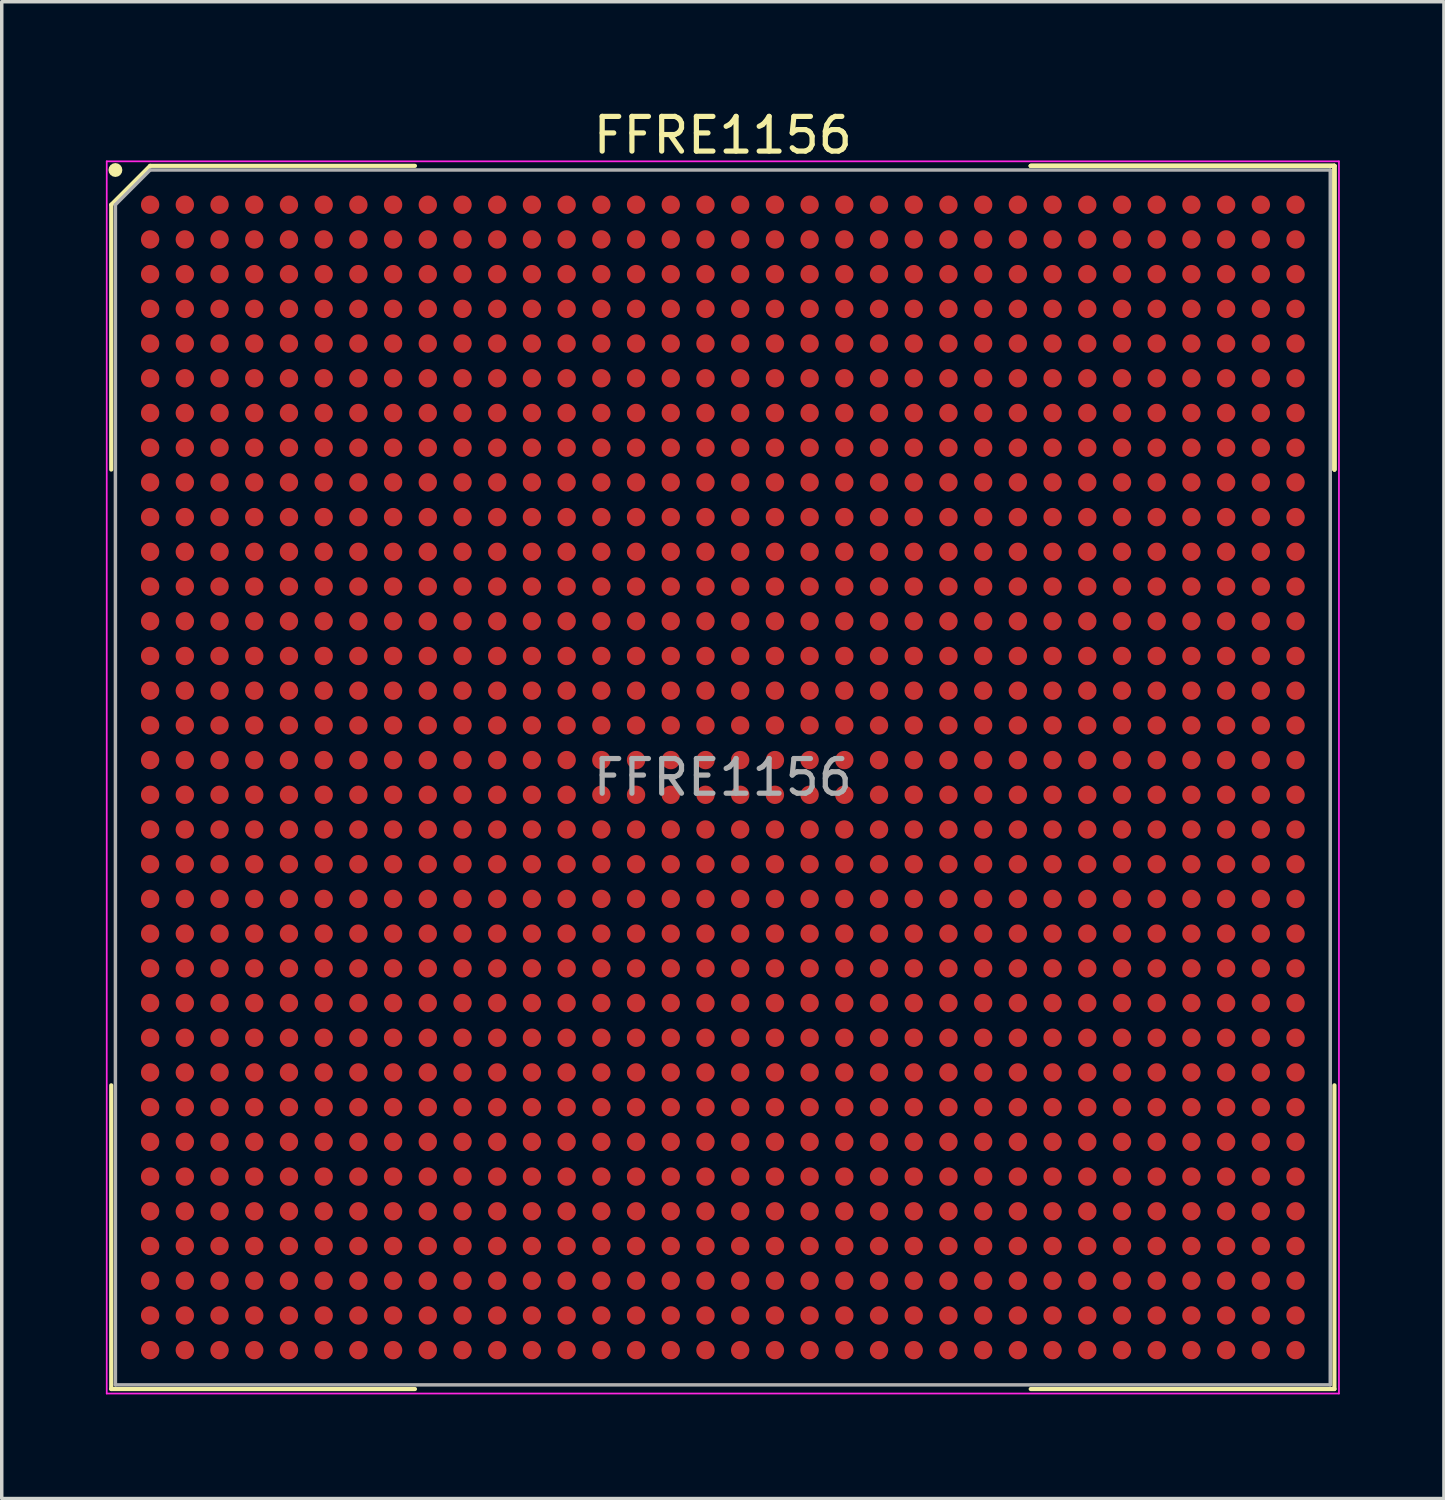
<source format=kicad_pcb>
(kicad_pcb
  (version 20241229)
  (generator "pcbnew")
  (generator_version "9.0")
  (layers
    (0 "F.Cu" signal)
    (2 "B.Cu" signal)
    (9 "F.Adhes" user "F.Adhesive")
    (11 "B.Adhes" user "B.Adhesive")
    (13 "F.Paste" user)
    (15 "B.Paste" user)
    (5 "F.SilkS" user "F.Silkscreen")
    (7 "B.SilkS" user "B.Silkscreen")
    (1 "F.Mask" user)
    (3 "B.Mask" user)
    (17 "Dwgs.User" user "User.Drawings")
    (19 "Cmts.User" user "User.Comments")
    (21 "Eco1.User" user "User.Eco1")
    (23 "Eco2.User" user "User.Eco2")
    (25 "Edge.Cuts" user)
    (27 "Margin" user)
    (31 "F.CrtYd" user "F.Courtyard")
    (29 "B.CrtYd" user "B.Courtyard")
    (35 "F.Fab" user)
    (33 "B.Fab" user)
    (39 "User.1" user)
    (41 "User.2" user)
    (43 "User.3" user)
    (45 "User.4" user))
  (footprint "FFRE1156"
    (layer "F.Cu")
    (at 17.775 19.348)
    (property "Reference" "FFRE1156" (at 0 -18.5 0) (layer "F.SilkS") (effects (font (size 1 1) (thickness 0.15))))
    (attr smd)
    (fp_line (start -17.62 -16.5) (end -17.62 -8.87) (stroke (width 0.12) (type solid)) (layer "F.SilkS"))
    (fp_line (start -17.62 17.62) (end -17.62 8.87) (stroke (width 0.12) (type solid)) (layer "F.SilkS"))
    (fp_line (start -16.5 -17.62) (end -17.62 -16.5) (stroke (width 0.12) (type solid)) (layer "F.SilkS"))
    (fp_line (start -8.87 -17.62) (end -16.5 -17.62) (stroke (width 0.12) (type solid)) (layer "F.SilkS"))
    (fp_line (start -8.87 17.62) (end -17.62 17.62) (stroke (width 0.12) (type solid)) (layer "F.SilkS"))
    (fp_line (start 8.87 -17.62) (end 17.62 -17.62) (stroke (width 0.12) (type solid)) (layer "F.SilkS"))
    (fp_line (start 8.87 -17.62) (end 17.62 -17.62) (stroke (width 0.12) (type solid)) (layer "F.SilkS"))
    (fp_line (start 8.87 -17.62) (end 17.62 -17.62) (stroke (width 0.12) (type solid)) (layer "F.SilkS"))
    (fp_line (start 8.87 17.62) (end 17.62 17.62) (stroke (width 0.12) (type solid)) (layer "F.SilkS"))
    (fp_line (start 17.62 -17.62) (end 17.62 -8.87) (stroke (width 0.12) (type solid)) (layer "F.SilkS"))
    (fp_line (start 17.62 -17.62) (end 17.62 -8.87) (stroke (width 0.12) (type solid)) (layer "F.SilkS"))
    (fp_line (start 17.62 -17.62) (end 17.62 -8.87) (stroke (width 0.12) (type solid)) (layer "F.SilkS"))
    (fp_line (start 17.62 17.62) (end 17.62 8.87) (stroke (width 0.12) (type solid)) (layer "F.SilkS"))
    (fp_circle (center -17.5 -17.5) (end -17.5 -17.4) (stroke (width 0.2) (type solid)) (fill no) (layer "F.SilkS"))
    (fp_line (start -17.75 -17.75) (end 17.75 -17.75) (stroke (width 0.05) (type solid)) (layer "F.CrtYd"))
    (fp_line (start -17.75 17.75) (end -17.75 -17.75) (stroke (width 0.05) (type solid)) (layer "F.CrtYd"))
    (fp_line (start 17.75 -17.75) (end 17.75 17.75) (stroke (width 0.05) (type solid)) (layer "F.CrtYd"))
    (fp_line (start 17.75 17.75) (end -17.75 17.75) (stroke (width 0.05) (type solid)) (layer "F.CrtYd"))
    (fp_line (start -17.5 -16.5) (end -17.5 17.5) (stroke (width 0.1) (type solid)) (layer "F.Fab"))
    (fp_line (start -17.5 17.5) (end 17.5 17.5) (stroke (width 0.1) (type solid)) (layer "F.Fab"))
    (fp_line (start -16.5 -17.5) (end -17.5 -16.5) (stroke (width 0.1) (type solid)) (layer "F.Fab"))
    (fp_line (start 17.5 -17.5) (end -16.5 -17.5) (stroke (width 0.1) (type solid)) (layer "F.Fab"))
    (fp_line (start 17.5 17.5) (end 17.5 -17.5) (stroke (width 0.1) (type solid)) (layer "F.Fab"))
    (fp_text user "${REFERENCE}" (at 0 0 0) (layer "F.Fab") (effects (font (size 1 1) (thickness 0.15))))
    (pad "A1" smd circle (at -16.5 -16.5) (size 0.53 0.53) (layers "F.Cu" "F.Mask" "F.Paste"))
    (pad "A2" smd circle (at -15.5 -16.5) (size 0.53 0.53) (layers "F.Cu" "F.Mask" "F.Paste"))
    (pad "A3" smd circle (at -14.5 -16.5) (size 0.53 0.53) (layers "F.Cu" "F.Mask" "F.Paste"))
    (pad "A4" smd circle (at -13.5 -16.5) (size 0.53 0.53) (layers "F.Cu" "F.Mask" "F.Paste"))
    (pad "A5" smd circle (at -12.5 -16.5) (size 0.53 0.53) (layers "F.Cu" "F.Mask" "F.Paste"))
    (pad "A6" smd circle (at -11.5 -16.5) (size 0.53 0.53) (layers "F.Cu" "F.Mask" "F.Paste"))
    (pad "A7" smd circle (at -10.5 -16.5) (size 0.53 0.53) (layers "F.Cu" "F.Mask" "F.Paste"))
    (pad "A8" smd circle (at -9.5 -16.5) (size 0.53 0.53) (layers "F.Cu" "F.Mask" "F.Paste"))
    (pad "A9" smd circle (at -8.5 -16.5) (size 0.53 0.53) (layers "F.Cu" "F.Mask" "F.Paste"))
    (pad "A10" smd circle (at -7.5 -16.5) (size 0.53 0.53) (layers "F.Cu" "F.Mask" "F.Paste"))
    (pad "A11" smd circle (at -6.5 -16.5) (size 0.53 0.53) (layers "F.Cu" "F.Mask" "F.Paste"))
    (pad "A12" smd circle (at -5.5 -16.5) (size 0.53 0.53) (layers "F.Cu" "F.Mask" "F.Paste"))
    (pad "A13" smd circle (at -4.5 -16.5) (size 0.53 0.53) (layers "F.Cu" "F.Mask" "F.Paste"))
    (pad "A14" smd circle (at -3.5 -16.5) (size 0.53 0.53) (layers "F.Cu" "F.Mask" "F.Paste"))
    (pad "A15" smd circle (at -2.5 -16.5) (size 0.53 0.53) (layers "F.Cu" "F.Mask" "F.Paste"))
    (pad "A16" smd circle (at -1.5 -16.5) (size 0.53 0.53) (layers "F.Cu" "F.Mask" "F.Paste"))
    (pad "A17" smd circle (at -0.5 -16.5) (size 0.53 0.53) (layers "F.Cu" "F.Mask" "F.Paste"))
    (pad "A18" smd circle (at 0.5 -16.5) (size 0.53 0.53) (layers "F.Cu" "F.Mask" "F.Paste"))
    (pad "A19" smd circle (at 1.5 -16.5) (size 0.53 0.53) (layers "F.Cu" "F.Mask" "F.Paste"))
    (pad "A20" smd circle (at 2.5 -16.5) (size 0.53 0.53) (layers "F.Cu" "F.Mask" "F.Paste"))
    (pad "A21" smd circle (at 3.5 -16.5) (size 0.53 0.53) (layers "F.Cu" "F.Mask" "F.Paste"))
    (pad "A22" smd circle (at 4.5 -16.5) (size 0.53 0.53) (layers "F.Cu" "F.Mask" "F.Paste"))
    (pad "A23" smd circle (at 5.5 -16.5) (size 0.53 0.53) (layers "F.Cu" "F.Mask" "F.Paste"))
    (pad "A24" smd circle (at 6.5 -16.5) (size 0.53 0.53) (layers "F.Cu" "F.Mask" "F.Paste"))
    (pad "A25" smd circle (at 7.5 -16.5) (size 0.53 0.53) (layers "F.Cu" "F.Mask" "F.Paste"))
    (pad "A26" smd circle (at 8.5 -16.5) (size 0.53 0.53) (layers "F.Cu" "F.Mask" "F.Paste"))
    (pad "A27" smd circle (at 9.5 -16.5) (size 0.53 0.53) (layers "F.Cu" "F.Mask" "F.Paste"))
    (pad "A28" smd circle (at 10.5 -16.5) (size 0.53 0.53) (layers "F.Cu" "F.Mask" "F.Paste"))
    (pad "A29" smd circle (at 11.5 -16.5) (size 0.53 0.53) (layers "F.Cu" "F.Mask" "F.Paste"))
    (pad "A30" smd circle (at 12.5 -16.5) (size 0.53 0.53) (layers "F.Cu" "F.Mask" "F.Paste"))
    (pad "A31" smd circle (at 13.5 -16.5) (size 0.53 0.53) (layers "F.Cu" "F.Mask" "F.Paste"))
    (pad "A32" smd circle (at 14.5 -16.5) (size 0.53 0.53) (layers "F.Cu" "F.Mask" "F.Paste"))
    (pad "A33" smd circle (at 15.5 -16.5) (size 0.53 0.53) (layers "F.Cu" "F.Mask" "F.Paste"))
    (pad "A34" smd circle (at 16.5 -16.5) (size 0.53 0.53) (layers "F.Cu" "F.Mask" "F.Paste"))
    (pad "AA1" smd circle (at -16.5 3.5) (size 0.53 0.53) (layers "F.Cu" "F.Mask" "F.Paste"))
    (pad "AA2" smd circle (at -15.5 3.5) (size 0.53 0.53) (layers "F.Cu" "F.Mask" "F.Paste"))
    (pad "AA3" smd circle (at -14.5 3.5) (size 0.53 0.53) (layers "F.Cu" "F.Mask" "F.Paste"))
    (pad "AA4" smd circle (at -13.5 3.5) (size 0.53 0.53) (layers "F.Cu" "F.Mask" "F.Paste"))
    (pad "AA5" smd circle (at -12.5 3.5) (size 0.53 0.53) (layers "F.Cu" "F.Mask" "F.Paste"))
    (pad "AA6" smd circle (at -11.5 3.5) (size 0.53 0.53) (layers "F.Cu" "F.Mask" "F.Paste"))
    (pad "AA7" smd circle (at -10.5 3.5) (size 0.53 0.53) (layers "F.Cu" "F.Mask" "F.Paste"))
    (pad "AA8" smd circle (at -9.5 3.5) (size 0.53 0.53) (layers "F.Cu" "F.Mask" "F.Paste"))
    (pad "AA9" smd circle (at -8.5 3.5) (size 0.53 0.53) (layers "F.Cu" "F.Mask" "F.Paste"))
    (pad "AA10" smd circle (at -7.5 3.5) (size 0.53 0.53) (layers "F.Cu" "F.Mask" "F.Paste"))
    (pad "AA11" smd circle (at -6.5 3.5) (size 0.53 0.53) (layers "F.Cu" "F.Mask" "F.Paste"))
    (pad "AA12" smd circle (at -5.5 3.5) (size 0.53 0.53) (layers "F.Cu" "F.Mask" "F.Paste"))
    (pad "AA13" smd circle (at -4.5 3.5) (size 0.53 0.53) (layers "F.Cu" "F.Mask" "F.Paste"))
    (pad "AA14" smd circle (at -3.5 3.5) (size 0.53 0.53) (layers "F.Cu" "F.Mask" "F.Paste"))
    (pad "AA15" smd circle (at -2.5 3.5) (size 0.53 0.53) (layers "F.Cu" "F.Mask" "F.Paste"))
    (pad "AA16" smd circle (at -1.5 3.5) (size 0.53 0.53) (layers "F.Cu" "F.Mask" "F.Paste"))
    (pad "AA17" smd circle (at -0.5 3.5) (size 0.53 0.53) (layers "F.Cu" "F.Mask" "F.Paste"))
    (pad "AA18" smd circle (at 0.5 3.5) (size 0.53 0.53) (layers "F.Cu" "F.Mask" "F.Paste"))
    (pad "AA19" smd circle (at 1.5 3.5) (size 0.53 0.53) (layers "F.Cu" "F.Mask" "F.Paste"))
    (pad "AA20" smd circle (at 2.5 3.5) (size 0.53 0.53) (layers "F.Cu" "F.Mask" "F.Paste"))
    (pad "AA21" smd circle (at 3.5 3.5) (size 0.53 0.53) (layers "F.Cu" "F.Mask" "F.Paste"))
    (pad "AA22" smd circle (at 4.5 3.5) (size 0.53 0.53) (layers "F.Cu" "F.Mask" "F.Paste"))
    (pad "AA23" smd circle (at 5.5 3.5) (size 0.53 0.53) (layers "F.Cu" "F.Mask" "F.Paste"))
    (pad "AA24" smd circle (at 6.5 3.5) (size 0.53 0.53) (layers "F.Cu" "F.Mask" "F.Paste"))
    (pad "AA25" smd circle (at 7.5 3.5) (size 0.53 0.53) (layers "F.Cu" "F.Mask" "F.Paste"))
    (pad "AA26" smd circle (at 8.5 3.5) (size 0.53 0.53) (layers "F.Cu" "F.Mask" "F.Paste"))
    (pad "AA27" smd circle (at 9.5 3.5) (size 0.53 0.53) (layers "F.Cu" "F.Mask" "F.Paste"))
    (pad "AA28" smd circle (at 10.5 3.5) (size 0.53 0.53) (layers "F.Cu" "F.Mask" "F.Paste"))
    (pad "AA29" smd circle (at 11.5 3.5) (size 0.53 0.53) (layers "F.Cu" "F.Mask" "F.Paste"))
    (pad "AA30" smd circle (at 12.5 3.5) (size 0.53 0.53) (layers "F.Cu" "F.Mask" "F.Paste"))
    (pad "AA31" smd circle (at 13.5 3.5) (size 0.53 0.53) (layers "F.Cu" "F.Mask" "F.Paste"))
    (pad "AA32" smd circle (at 14.5 3.5) (size 0.53 0.53) (layers "F.Cu" "F.Mask" "F.Paste"))
    (pad "AA33" smd circle (at 15.5 3.5) (size 0.53 0.53) (layers "F.Cu" "F.Mask" "F.Paste"))
    (pad "AA34" smd circle (at 16.5 3.5) (size 0.53 0.53) (layers "F.Cu" "F.Mask" "F.Paste"))
    (pad "AB1" smd circle (at -16.5 4.5) (size 0.53 0.53) (layers "F.Cu" "F.Mask" "F.Paste"))
    (pad "AB2" smd circle (at -15.5 4.5) (size 0.53 0.53) (layers "F.Cu" "F.Mask" "F.Paste"))
    (pad "AB3" smd circle (at -14.5 4.5) (size 0.53 0.53) (layers "F.Cu" "F.Mask" "F.Paste"))
    (pad "AB4" smd circle (at -13.5 4.5) (size 0.53 0.53) (layers "F.Cu" "F.Mask" "F.Paste"))
    (pad "AB5" smd circle (at -12.5 4.5) (size 0.53 0.53) (layers "F.Cu" "F.Mask" "F.Paste"))
    (pad "AB6" smd circle (at -11.5 4.5) (size 0.53 0.53) (layers "F.Cu" "F.Mask" "F.Paste"))
    (pad "AB7" smd circle (at -10.5 4.5) (size 0.53 0.53) (layers "F.Cu" "F.Mask" "F.Paste"))
    (pad "AB8" smd circle (at -9.5 4.5) (size 0.53 0.53) (layers "F.Cu" "F.Mask" "F.Paste"))
    (pad "AB9" smd circle (at -8.5 4.5) (size 0.53 0.53) (layers "F.Cu" "F.Mask" "F.Paste"))
    (pad "AB10" smd circle (at -7.5 4.5) (size 0.53 0.53) (layers "F.Cu" "F.Mask" "F.Paste"))
    (pad "AB11" smd circle (at -6.5 4.5) (size 0.53 0.53) (layers "F.Cu" "F.Mask" "F.Paste"))
    (pad "AB12" smd circle (at -5.5 4.5) (size 0.53 0.53) (layers "F.Cu" "F.Mask" "F.Paste"))
    (pad "AB13" smd circle (at -4.5 4.5) (size 0.53 0.53) (layers "F.Cu" "F.Mask" "F.Paste"))
    (pad "AB14" smd circle (at -3.5 4.5) (size 0.53 0.53) (layers "F.Cu" "F.Mask" "F.Paste"))
    (pad "AB15" smd circle (at -2.5 4.5) (size 0.53 0.53) (layers "F.Cu" "F.Mask" "F.Paste"))
    (pad "AB16" smd circle (at -1.5 4.5) (size 0.53 0.53) (layers "F.Cu" "F.Mask" "F.Paste"))
    (pad "AB17" smd circle (at -0.5 4.5) (size 0.53 0.53) (layers "F.Cu" "F.Mask" "F.Paste"))
    (pad "AB18" smd circle (at 0.5 4.5) (size 0.53 0.53) (layers "F.Cu" "F.Mask" "F.Paste"))
    (pad "AB19" smd circle (at 1.5 4.5) (size 0.53 0.53) (layers "F.Cu" "F.Mask" "F.Paste"))
    (pad "AB20" smd circle (at 2.5 4.5) (size 0.53 0.53) (layers "F.Cu" "F.Mask" "F.Paste"))
    (pad "AB21" smd circle (at 3.5 4.5) (size 0.53 0.53) (layers "F.Cu" "F.Mask" "F.Paste"))
    (pad "AB22" smd circle (at 4.5 4.5) (size 0.53 0.53) (layers "F.Cu" "F.Mask" "F.Paste"))
    (pad "AB23" smd circle (at 5.5 4.5) (size 0.53 0.53) (layers "F.Cu" "F.Mask" "F.Paste"))
    (pad "AB24" smd circle (at 6.5 4.5) (size 0.53 0.53) (layers "F.Cu" "F.Mask" "F.Paste"))
    (pad "AB25" smd circle (at 7.5 4.5) (size 0.53 0.53) (layers "F.Cu" "F.Mask" "F.Paste"))
    (pad "AB26" smd circle (at 8.5 4.5) (size 0.53 0.53) (layers "F.Cu" "F.Mask" "F.Paste"))
    (pad "AB27" smd circle (at 9.5 4.5) (size 0.53 0.53) (layers "F.Cu" "F.Mask" "F.Paste"))
    (pad "AB28" smd circle (at 10.5 4.5) (size 0.53 0.53) (layers "F.Cu" "F.Mask" "F.Paste"))
    (pad "AB29" smd circle (at 11.5 4.5) (size 0.53 0.53) (layers "F.Cu" "F.Mask" "F.Paste"))
    (pad "AB30" smd circle (at 12.5 4.5) (size 0.53 0.53) (layers "F.Cu" "F.Mask" "F.Paste"))
    (pad "AB31" smd circle (at 13.5 4.5) (size 0.53 0.53) (layers "F.Cu" "F.Mask" "F.Paste"))
    (pad "AB32" smd circle (at 14.5 4.5) (size 0.53 0.53) (layers "F.Cu" "F.Mask" "F.Paste"))
    (pad "AB33" smd circle (at 15.5 4.5) (size 0.53 0.53) (layers "F.Cu" "F.Mask" "F.Paste"))
    (pad "AB34" smd circle (at 16.5 4.5) (size 0.53 0.53) (layers "F.Cu" "F.Mask" "F.Paste"))
    (pad "AC1" smd circle (at -16.5 5.5) (size 0.53 0.53) (layers "F.Cu" "F.Mask" "F.Paste"))
    (pad "AC2" smd circle (at -15.5 5.5) (size 0.53 0.53) (layers "F.Cu" "F.Mask" "F.Paste"))
    (pad "AC3" smd circle (at -14.5 5.5) (size 0.53 0.53) (layers "F.Cu" "F.Mask" "F.Paste"))
    (pad "AC4" smd circle (at -13.5 5.5) (size 0.53 0.53) (layers "F.Cu" "F.Mask" "F.Paste"))
    (pad "AC5" smd circle (at -12.5 5.5) (size 0.53 0.53) (layers "F.Cu" "F.Mask" "F.Paste"))
    (pad "AC6" smd circle (at -11.5 5.5) (size 0.53 0.53) (layers "F.Cu" "F.Mask" "F.Paste"))
    (pad "AC7" smd circle (at -10.5 5.5) (size 0.53 0.53) (layers "F.Cu" "F.Mask" "F.Paste"))
    (pad "AC8" smd circle (at -9.5 5.5) (size 0.53 0.53) (layers "F.Cu" "F.Mask" "F.Paste"))
    (pad "AC9" smd circle (at -8.5 5.5) (size 0.53 0.53) (layers "F.Cu" "F.Mask" "F.Paste"))
    (pad "AC10" smd circle (at -7.5 5.5) (size 0.53 0.53) (layers "F.Cu" "F.Mask" "F.Paste"))
    (pad "AC11" smd circle (at -6.5 5.5) (size 0.53 0.53) (layers "F.Cu" "F.Mask" "F.Paste"))
    (pad "AC12" smd circle (at -5.5 5.5) (size 0.53 0.53) (layers "F.Cu" "F.Mask" "F.Paste"))
    (pad "AC13" smd circle (at -4.5 5.5) (size 0.53 0.53) (layers "F.Cu" "F.Mask" "F.Paste"))
    (pad "AC14" smd circle (at -3.5 5.5) (size 0.53 0.53) (layers "F.Cu" "F.Mask" "F.Paste"))
    (pad "AC15" smd circle (at -2.5 5.5) (size 0.53 0.53) (layers "F.Cu" "F.Mask" "F.Paste"))
    (pad "AC16" smd circle (at -1.5 5.5) (size 0.53 0.53) (layers "F.Cu" "F.Mask" "F.Paste"))
    (pad "AC17" smd circle (at -0.5 5.5) (size 0.53 0.53) (layers "F.Cu" "F.Mask" "F.Paste"))
    (pad "AC18" smd circle (at 0.5 5.5) (size 0.53 0.53) (layers "F.Cu" "F.Mask" "F.Paste"))
    (pad "AC19" smd circle (at 1.5 5.5) (size 0.53 0.53) (layers "F.Cu" "F.Mask" "F.Paste"))
    (pad "AC20" smd circle (at 2.5 5.5) (size 0.53 0.53) (layers "F.Cu" "F.Mask" "F.Paste"))
    (pad "AC21" smd circle (at 3.5 5.5) (size 0.53 0.53) (layers "F.Cu" "F.Mask" "F.Paste"))
    (pad "AC22" smd circle (at 4.5 5.5) (size 0.53 0.53) (layers "F.Cu" "F.Mask" "F.Paste"))
    (pad "AC23" smd circle (at 5.5 5.5) (size 0.53 0.53) (layers "F.Cu" "F.Mask" "F.Paste"))
    (pad "AC24" smd circle (at 6.5 5.5) (size 0.53 0.53) (layers "F.Cu" "F.Mask" "F.Paste"))
    (pad "AC25" smd circle (at 7.5 5.5) (size 0.53 0.53) (layers "F.Cu" "F.Mask" "F.Paste"))
    (pad "AC26" smd circle (at 8.5 5.5) (size 0.53 0.53) (layers "F.Cu" "F.Mask" "F.Paste"))
    (pad "AC27" smd circle (at 9.5 5.5) (size 0.53 0.53) (layers "F.Cu" "F.Mask" "F.Paste"))
    (pad "AC28" smd circle (at 10.5 5.5) (size 0.53 0.53) (layers "F.Cu" "F.Mask" "F.Paste"))
    (pad "AC29" smd circle (at 11.5 5.5) (size 0.53 0.53) (layers "F.Cu" "F.Mask" "F.Paste"))
    (pad "AC30" smd circle (at 12.5 5.5) (size 0.53 0.53) (layers "F.Cu" "F.Mask" "F.Paste"))
    (pad "AC31" smd circle (at 13.5 5.5) (size 0.53 0.53) (layers "F.Cu" "F.Mask" "F.Paste"))
    (pad "AC32" smd circle (at 14.5 5.5) (size 0.53 0.53) (layers "F.Cu" "F.Mask" "F.Paste"))
    (pad "AC33" smd circle (at 15.5 5.5) (size 0.53 0.53) (layers "F.Cu" "F.Mask" "F.Paste"))
    (pad "AC34" smd circle (at 16.5 5.5) (size 0.53 0.53) (layers "F.Cu" "F.Mask" "F.Paste"))
    (pad "AD1" smd circle (at -16.5 6.5) (size 0.53 0.53) (layers "F.Cu" "F.Mask" "F.Paste"))
    (pad "AD2" smd circle (at -15.5 6.5) (size 0.53 0.53) (layers "F.Cu" "F.Mask" "F.Paste"))
    (pad "AD3" smd circle (at -14.5 6.5) (size 0.53 0.53) (layers "F.Cu" "F.Mask" "F.Paste"))
    (pad "AD4" smd circle (at -13.5 6.5) (size 0.53 0.53) (layers "F.Cu" "F.Mask" "F.Paste"))
    (pad "AD5" smd circle (at -12.5 6.5) (size 0.53 0.53) (layers "F.Cu" "F.Mask" "F.Paste"))
    (pad "AD6" smd circle (at -11.5 6.5) (size 0.53 0.53) (layers "F.Cu" "F.Mask" "F.Paste"))
    (pad "AD7" smd circle (at -10.5 6.5) (size 0.53 0.53) (layers "F.Cu" "F.Mask" "F.Paste"))
    (pad "AD8" smd circle (at -9.5 6.5) (size 0.53 0.53) (layers "F.Cu" "F.Mask" "F.Paste"))
    (pad "AD9" smd circle (at -8.5 6.5) (size 0.53 0.53) (layers "F.Cu" "F.Mask" "F.Paste"))
    (pad "AD10" smd circle (at -7.5 6.5) (size 0.53 0.53) (layers "F.Cu" "F.Mask" "F.Paste"))
    (pad "AD11" smd circle (at -6.5 6.5) (size 0.53 0.53) (layers "F.Cu" "F.Mask" "F.Paste"))
    (pad "AD12" smd circle (at -5.5 6.5) (size 0.53 0.53) (layers "F.Cu" "F.Mask" "F.Paste"))
    (pad "AD13" smd circle (at -4.5 6.5) (size 0.53 0.53) (layers "F.Cu" "F.Mask" "F.Paste"))
    (pad "AD14" smd circle (at -3.5 6.5) (size 0.53 0.53) (layers "F.Cu" "F.Mask" "F.Paste"))
    (pad "AD15" smd circle (at -2.5 6.5) (size 0.53 0.53) (layers "F.Cu" "F.Mask" "F.Paste"))
    (pad "AD16" smd circle (at -1.5 6.5) (size 0.53 0.53) (layers "F.Cu" "F.Mask" "F.Paste"))
    (pad "AD17" smd circle (at -0.5 6.5) (size 0.53 0.53) (layers "F.Cu" "F.Mask" "F.Paste"))
    (pad "AD18" smd circle (at 0.5 6.5) (size 0.53 0.53) (layers "F.Cu" "F.Mask" "F.Paste"))
    (pad "AD19" smd circle (at 1.5 6.5) (size 0.53 0.53) (layers "F.Cu" "F.Mask" "F.Paste"))
    (pad "AD20" smd circle (at 2.5 6.5) (size 0.53 0.53) (layers "F.Cu" "F.Mask" "F.Paste"))
    (pad "AD21" smd circle (at 3.5 6.5) (size 0.53 0.53) (layers "F.Cu" "F.Mask" "F.Paste"))
    (pad "AD22" smd circle (at 4.5 6.5) (size 0.53 0.53) (layers "F.Cu" "F.Mask" "F.Paste"))
    (pad "AD23" smd circle (at 5.5 6.5) (size 0.53 0.53) (layers "F.Cu" "F.Mask" "F.Paste"))
    (pad "AD24" smd circle (at 6.5 6.5) (size 0.53 0.53) (layers "F.Cu" "F.Mask" "F.Paste"))
    (pad "AD25" smd circle (at 7.5 6.5) (size 0.53 0.53) (layers "F.Cu" "F.Mask" "F.Paste"))
    (pad "AD26" smd circle (at 8.5 6.5) (size 0.53 0.53) (layers "F.Cu" "F.Mask" "F.Paste"))
    (pad "AD27" smd circle (at 9.5 6.5) (size 0.53 0.53) (layers "F.Cu" "F.Mask" "F.Paste"))
    (pad "AD28" smd circle (at 10.5 6.5) (size 0.53 0.53) (layers "F.Cu" "F.Mask" "F.Paste"))
    (pad "AD29" smd circle (at 11.5 6.5) (size 0.53 0.53) (layers "F.Cu" "F.Mask" "F.Paste"))
    (pad "AD30" smd circle (at 12.5 6.5) (size 0.53 0.53) (layers "F.Cu" "F.Mask" "F.Paste"))
    (pad "AD31" smd circle (at 13.5 6.5) (size 0.53 0.53) (layers "F.Cu" "F.Mask" "F.Paste"))
    (pad "AD32" smd circle (at 14.5 6.5) (size 0.53 0.53) (layers "F.Cu" "F.Mask" "F.Paste"))
    (pad "AD33" smd circle (at 15.5 6.5) (size 0.53 0.53) (layers "F.Cu" "F.Mask" "F.Paste"))
    (pad "AD34" smd circle (at 16.5 6.5) (size 0.53 0.53) (layers "F.Cu" "F.Mask" "F.Paste"))
    (pad "AE1" smd circle (at -16.5 7.5) (size 0.53 0.53) (layers "F.Cu" "F.Mask" "F.Paste"))
    (pad "AE2" smd circle (at -15.5 7.5) (size 0.53 0.53) (layers "F.Cu" "F.Mask" "F.Paste"))
    (pad "AE3" smd circle (at -14.5 7.5) (size 0.53 0.53) (layers "F.Cu" "F.Mask" "F.Paste"))
    (pad "AE4" smd circle (at -13.5 7.5) (size 0.53 0.53) (layers "F.Cu" "F.Mask" "F.Paste"))
    (pad "AE5" smd circle (at -12.5 7.5) (size 0.53 0.53) (layers "F.Cu" "F.Mask" "F.Paste"))
    (pad "AE6" smd circle (at -11.5 7.5) (size 0.53 0.53) (layers "F.Cu" "F.Mask" "F.Paste"))
    (pad "AE7" smd circle (at -10.5 7.5) (size 0.53 0.53) (layers "F.Cu" "F.Mask" "F.Paste"))
    (pad "AE8" smd circle (at -9.5 7.5) (size 0.53 0.53) (layers "F.Cu" "F.Mask" "F.Paste"))
    (pad "AE9" smd circle (at -8.5 7.5) (size 0.53 0.53) (layers "F.Cu" "F.Mask" "F.Paste"))
    (pad "AE10" smd circle (at -7.5 7.5) (size 0.53 0.53) (layers "F.Cu" "F.Mask" "F.Paste"))
    (pad "AE11" smd circle (at -6.5 7.5) (size 0.53 0.53) (layers "F.Cu" "F.Mask" "F.Paste"))
    (pad "AE12" smd circle (at -5.5 7.5) (size 0.53 0.53) (layers "F.Cu" "F.Mask" "F.Paste"))
    (pad "AE13" smd circle (at -4.5 7.5) (size 0.53 0.53) (layers "F.Cu" "F.Mask" "F.Paste"))
    (pad "AE14" smd circle (at -3.5 7.5) (size 0.53 0.53) (layers "F.Cu" "F.Mask" "F.Paste"))
    (pad "AE15" smd circle (at -2.5 7.5) (size 0.53 0.53) (layers "F.Cu" "F.Mask" "F.Paste"))
    (pad "AE16" smd circle (at -1.5 7.5) (size 0.53 0.53) (layers "F.Cu" "F.Mask" "F.Paste"))
    (pad "AE17" smd circle (at -0.5 7.5) (size 0.53 0.53) (layers "F.Cu" "F.Mask" "F.Paste"))
    (pad "AE18" smd circle (at 0.5 7.5) (size 0.53 0.53) (layers "F.Cu" "F.Mask" "F.Paste"))
    (pad "AE19" smd circle (at 1.5 7.5) (size 0.53 0.53) (layers "F.Cu" "F.Mask" "F.Paste"))
    (pad "AE20" smd circle (at 2.5 7.5) (size 0.53 0.53) (layers "F.Cu" "F.Mask" "F.Paste"))
    (pad "AE21" smd circle (at 3.5 7.5) (size 0.53 0.53) (layers "F.Cu" "F.Mask" "F.Paste"))
    (pad "AE22" smd circle (at 4.5 7.5) (size 0.53 0.53) (layers "F.Cu" "F.Mask" "F.Paste"))
    (pad "AE23" smd circle (at 5.5 7.5) (size 0.53 0.53) (layers "F.Cu" "F.Mask" "F.Paste"))
    (pad "AE24" smd circle (at 6.5 7.5) (size 0.53 0.53) (layers "F.Cu" "F.Mask" "F.Paste"))
    (pad "AE25" smd circle (at 7.5 7.5) (size 0.53 0.53) (layers "F.Cu" "F.Mask" "F.Paste"))
    (pad "AE26" smd circle (at 8.5 7.5) (size 0.53 0.53) (layers "F.Cu" "F.Mask" "F.Paste"))
    (pad "AE27" smd circle (at 9.5 7.5) (size 0.53 0.53) (layers "F.Cu" "F.Mask" "F.Paste"))
    (pad "AE28" smd circle (at 10.5 7.5) (size 0.53 0.53) (layers "F.Cu" "F.Mask" "F.Paste"))
    (pad "AE29" smd circle (at 11.5 7.5) (size 0.53 0.53) (layers "F.Cu" "F.Mask" "F.Paste"))
    (pad "AE30" smd circle (at 12.5 7.5) (size 0.53 0.53) (layers "F.Cu" "F.Mask" "F.Paste"))
    (pad "AE31" smd circle (at 13.5 7.5) (size 0.53 0.53) (layers "F.Cu" "F.Mask" "F.Paste"))
    (pad "AE32" smd circle (at 14.5 7.5) (size 0.53 0.53) (layers "F.Cu" "F.Mask" "F.Paste"))
    (pad "AE33" smd circle (at 15.5 7.5) (size 0.53 0.53) (layers "F.Cu" "F.Mask" "F.Paste"))
    (pad "AE34" smd circle (at 16.5 7.5) (size 0.53 0.53) (layers "F.Cu" "F.Mask" "F.Paste"))
    (pad "AF1" smd circle (at -16.5 8.5) (size 0.53 0.53) (layers "F.Cu" "F.Mask" "F.Paste"))
    (pad "AF2" smd circle (at -15.5 8.5) (size 0.53 0.53) (layers "F.Cu" "F.Mask" "F.Paste"))
    (pad "AF3" smd circle (at -14.5 8.5) (size 0.53 0.53) (layers "F.Cu" "F.Mask" "F.Paste"))
    (pad "AF4" smd circle (at -13.5 8.5) (size 0.53 0.53) (layers "F.Cu" "F.Mask" "F.Paste"))
    (pad "AF5" smd circle (at -12.5 8.5) (size 0.53 0.53) (layers "F.Cu" "F.Mask" "F.Paste"))
    (pad "AF6" smd circle (at -11.5 8.5) (size 0.53 0.53) (layers "F.Cu" "F.Mask" "F.Paste"))
    (pad "AF7" smd circle (at -10.5 8.5) (size 0.53 0.53) (layers "F.Cu" "F.Mask" "F.Paste"))
    (pad "AF8" smd circle (at -9.5 8.5) (size 0.53 0.53) (layers "F.Cu" "F.Mask" "F.Paste"))
    (pad "AF9" smd circle (at -8.5 8.5) (size 0.53 0.53) (layers "F.Cu" "F.Mask" "F.Paste"))
    (pad "AF10" smd circle (at -7.5 8.5) (size 0.53 0.53) (layers "F.Cu" "F.Mask" "F.Paste"))
    (pad "AF11" smd circle (at -6.5 8.5) (size 0.53 0.53) (layers "F.Cu" "F.Mask" "F.Paste"))
    (pad "AF12" smd circle (at -5.5 8.5) (size 0.53 0.53) (layers "F.Cu" "F.Mask" "F.Paste"))
    (pad "AF13" smd circle (at -4.5 8.5) (size 0.53 0.53) (layers "F.Cu" "F.Mask" "F.Paste"))
    (pad "AF14" smd circle (at -3.5 8.5) (size 0.53 0.53) (layers "F.Cu" "F.Mask" "F.Paste"))
    (pad "AF15" smd circle (at -2.5 8.5) (size 0.53 0.53) (layers "F.Cu" "F.Mask" "F.Paste"))
    (pad "AF16" smd circle (at -1.5 8.5) (size 0.53 0.53) (layers "F.Cu" "F.Mask" "F.Paste"))
    (pad "AF17" smd circle (at -0.5 8.5) (size 0.53 0.53) (layers "F.Cu" "F.Mask" "F.Paste"))
    (pad "AF18" smd circle (at 0.5 8.5) (size 0.53 0.53) (layers "F.Cu" "F.Mask" "F.Paste"))
    (pad "AF19" smd circle (at 1.5 8.5) (size 0.53 0.53) (layers "F.Cu" "F.Mask" "F.Paste"))
    (pad "AF20" smd circle (at 2.5 8.5) (size 0.53 0.53) (layers "F.Cu" "F.Mask" "F.Paste"))
    (pad "AF21" smd circle (at 3.5 8.5) (size 0.53 0.53) (layers "F.Cu" "F.Mask" "F.Paste"))
    (pad "AF22" smd circle (at 4.5 8.5) (size 0.53 0.53) (layers "F.Cu" "F.Mask" "F.Paste"))
    (pad "AF23" smd circle (at 5.5 8.5) (size 0.53 0.53) (layers "F.Cu" "F.Mask" "F.Paste"))
    (pad "AF24" smd circle (at 6.5 8.5) (size 0.53 0.53) (layers "F.Cu" "F.Mask" "F.Paste"))
    (pad "AF25" smd circle (at 7.5 8.5) (size 0.53 0.53) (layers "F.Cu" "F.Mask" "F.Paste"))
    (pad "AF26" smd circle (at 8.5 8.5) (size 0.53 0.53) (layers "F.Cu" "F.Mask" "F.Paste"))
    (pad "AF27" smd circle (at 9.5 8.5) (size 0.53 0.53) (layers "F.Cu" "F.Mask" "F.Paste"))
    (pad "AF28" smd circle (at 10.5 8.5) (size 0.53 0.53) (layers "F.Cu" "F.Mask" "F.Paste"))
    (pad "AF29" smd circle (at 11.5 8.5) (size 0.53 0.53) (layers "F.Cu" "F.Mask" "F.Paste"))
    (pad "AF30" smd circle (at 12.5 8.5) (size 0.53 0.53) (layers "F.Cu" "F.Mask" "F.Paste"))
    (pad "AF31" smd circle (at 13.5 8.5) (size 0.53 0.53) (layers "F.Cu" "F.Mask" "F.Paste"))
    (pad "AF32" smd circle (at 14.5 8.5) (size 0.53 0.53) (layers "F.Cu" "F.Mask" "F.Paste"))
    (pad "AF33" smd circle (at 15.5 8.5) (size 0.53 0.53) (layers "F.Cu" "F.Mask" "F.Paste"))
    (pad "AF34" smd circle (at 16.5 8.5) (size 0.53 0.53) (layers "F.Cu" "F.Mask" "F.Paste"))
    (pad "AG1" smd circle (at -16.5 9.5) (size 0.53 0.53) (layers "F.Cu" "F.Mask" "F.Paste"))
    (pad "AG2" smd circle (at -15.5 9.5) (size 0.53 0.53) (layers "F.Cu" "F.Mask" "F.Paste"))
    (pad "AG3" smd circle (at -14.5 9.5) (size 0.53 0.53) (layers "F.Cu" "F.Mask" "F.Paste"))
    (pad "AG4" smd circle (at -13.5 9.5) (size 0.53 0.53) (layers "F.Cu" "F.Mask" "F.Paste"))
    (pad "AG5" smd circle (at -12.5 9.5) (size 0.53 0.53) (layers "F.Cu" "F.Mask" "F.Paste"))
    (pad "AG6" smd circle (at -11.5 9.5) (size 0.53 0.53) (layers "F.Cu" "F.Mask" "F.Paste"))
    (pad "AG7" smd circle (at -10.5 9.5) (size 0.53 0.53) (layers "F.Cu" "F.Mask" "F.Paste"))
    (pad "AG8" smd circle (at -9.5 9.5) (size 0.53 0.53) (layers "F.Cu" "F.Mask" "F.Paste"))
    (pad "AG9" smd circle (at -8.5 9.5) (size 0.53 0.53) (layers "F.Cu" "F.Mask" "F.Paste"))
    (pad "AG10" smd circle (at -7.5 9.5) (size 0.53 0.53) (layers "F.Cu" "F.Mask" "F.Paste"))
    (pad "AG11" smd circle (at -6.5 9.5) (size 0.53 0.53) (layers "F.Cu" "F.Mask" "F.Paste"))
    (pad "AG12" smd circle (at -5.5 9.5) (size 0.53 0.53) (layers "F.Cu" "F.Mask" "F.Paste"))
    (pad "AG13" smd circle (at -4.5 9.5) (size 0.53 0.53) (layers "F.Cu" "F.Mask" "F.Paste"))
    (pad "AG14" smd circle (at -3.5 9.5) (size 0.53 0.53) (layers "F.Cu" "F.Mask" "F.Paste"))
    (pad "AG15" smd circle (at -2.5 9.5) (size 0.53 0.53) (layers "F.Cu" "F.Mask" "F.Paste"))
    (pad "AG16" smd circle (at -1.5 9.5) (size 0.53 0.53) (layers "F.Cu" "F.Mask" "F.Paste"))
    (pad "AG17" smd circle (at -0.5 9.5) (size 0.53 0.53) (layers "F.Cu" "F.Mask" "F.Paste"))
    (pad "AG18" smd circle (at 0.5 9.5) (size 0.53 0.53) (layers "F.Cu" "F.Mask" "F.Paste"))
    (pad "AG19" smd circle (at 1.5 9.5) (size 0.53 0.53) (layers "F.Cu" "F.Mask" "F.Paste"))
    (pad "AG20" smd circle (at 2.5 9.5) (size 0.53 0.53) (layers "F.Cu" "F.Mask" "F.Paste"))
    (pad "AG21" smd circle (at 3.5 9.5) (size 0.53 0.53) (layers "F.Cu" "F.Mask" "F.Paste"))
    (pad "AG22" smd circle (at 4.5 9.5) (size 0.53 0.53) (layers "F.Cu" "F.Mask" "F.Paste"))
    (pad "AG23" smd circle (at 5.5 9.5) (size 0.53 0.53) (layers "F.Cu" "F.Mask" "F.Paste"))
    (pad "AG24" smd circle (at 6.5 9.5) (size 0.53 0.53) (layers "F.Cu" "F.Mask" "F.Paste"))
    (pad "AG25" smd circle (at 7.5 9.5) (size 0.53 0.53) (layers "F.Cu" "F.Mask" "F.Paste"))
    (pad "AG26" smd circle (at 8.5 9.5) (size 0.53 0.53) (layers "F.Cu" "F.Mask" "F.Paste"))
    (pad "AG27" smd circle (at 9.5 9.5) (size 0.53 0.53) (layers "F.Cu" "F.Mask" "F.Paste"))
    (pad "AG28" smd circle (at 10.5 9.5) (size 0.53 0.53) (layers "F.Cu" "F.Mask" "F.Paste"))
    (pad "AG29" smd circle (at 11.5 9.5) (size 0.53 0.53) (layers "F.Cu" "F.Mask" "F.Paste"))
    (pad "AG30" smd circle (at 12.5 9.5) (size 0.53 0.53) (layers "F.Cu" "F.Mask" "F.Paste"))
    (pad "AG31" smd circle (at 13.5 9.5) (size 0.53 0.53) (layers "F.Cu" "F.Mask" "F.Paste"))
    (pad "AG32" smd circle (at 14.5 9.5) (size 0.53 0.53) (layers "F.Cu" "F.Mask" "F.Paste"))
    (pad "AG33" smd circle (at 15.5 9.5) (size 0.53 0.53) (layers "F.Cu" "F.Mask" "F.Paste"))
    (pad "AG34" smd circle (at 16.5 9.5) (size 0.53 0.53) (layers "F.Cu" "F.Mask" "F.Paste"))
    (pad "AH1" smd circle (at -16.5 10.5) (size 0.53 0.53) (layers "F.Cu" "F.Mask" "F.Paste"))
    (pad "AH2" smd circle (at -15.5 10.5) (size 0.53 0.53) (layers "F.Cu" "F.Mask" "F.Paste"))
    (pad "AH3" smd circle (at -14.5 10.5) (size 0.53 0.53) (layers "F.Cu" "F.Mask" "F.Paste"))
    (pad "AH4" smd circle (at -13.5 10.5) (size 0.53 0.53) (layers "F.Cu" "F.Mask" "F.Paste"))
    (pad "AH5" smd circle (at -12.5 10.5) (size 0.53 0.53) (layers "F.Cu" "F.Mask" "F.Paste"))
    (pad "AH6" smd circle (at -11.5 10.5) (size 0.53 0.53) (layers "F.Cu" "F.Mask" "F.Paste"))
    (pad "AH7" smd circle (at -10.5 10.5) (size 0.53 0.53) (layers "F.Cu" "F.Mask" "F.Paste"))
    (pad "AH8" smd circle (at -9.5 10.5) (size 0.53 0.53) (layers "F.Cu" "F.Mask" "F.Paste"))
    (pad "AH9" smd circle (at -8.5 10.5) (size 0.53 0.53) (layers "F.Cu" "F.Mask" "F.Paste"))
    (pad "AH10" smd circle (at -7.5 10.5) (size 0.53 0.53) (layers "F.Cu" "F.Mask" "F.Paste"))
    (pad "AH11" smd circle (at -6.5 10.5) (size 0.53 0.53) (layers "F.Cu" "F.Mask" "F.Paste"))
    (pad "AH12" smd circle (at -5.5 10.5) (size 0.53 0.53) (layers "F.Cu" "F.Mask" "F.Paste"))
    (pad "AH13" smd circle (at -4.5 10.5) (size 0.53 0.53) (layers "F.Cu" "F.Mask" "F.Paste"))
    (pad "AH14" smd circle (at -3.5 10.5) (size 0.53 0.53) (layers "F.Cu" "F.Mask" "F.Paste"))
    (pad "AH15" smd circle (at -2.5 10.5) (size 0.53 0.53) (layers "F.Cu" "F.Mask" "F.Paste"))
    (pad "AH16" smd circle (at -1.5 10.5) (size 0.53 0.53) (layers "F.Cu" "F.Mask" "F.Paste"))
    (pad "AH17" smd circle (at -0.5 10.5) (size 0.53 0.53) (layers "F.Cu" "F.Mask" "F.Paste"))
    (pad "AH18" smd circle (at 0.5 10.5) (size 0.53 0.53) (layers "F.Cu" "F.Mask" "F.Paste"))
    (pad "AH19" smd circle (at 1.5 10.5) (size 0.53 0.53) (layers "F.Cu" "F.Mask" "F.Paste"))
    (pad "AH20" smd circle (at 2.5 10.5) (size 0.53 0.53) (layers "F.Cu" "F.Mask" "F.Paste"))
    (pad "AH21" smd circle (at 3.5 10.5) (size 0.53 0.53) (layers "F.Cu" "F.Mask" "F.Paste"))
    (pad "AH22" smd circle (at 4.5 10.5) (size 0.53 0.53) (layers "F.Cu" "F.Mask" "F.Paste"))
    (pad "AH23" smd circle (at 5.5 10.5) (size 0.53 0.53) (layers "F.Cu" "F.Mask" "F.Paste"))
    (pad "AH24" smd circle (at 6.5 10.5) (size 0.53 0.53) (layers "F.Cu" "F.Mask" "F.Paste"))
    (pad "AH25" smd circle (at 7.5 10.5) (size 0.53 0.53) (layers "F.Cu" "F.Mask" "F.Paste"))
    (pad "AH26" smd circle (at 8.5 10.5) (size 0.53 0.53) (layers "F.Cu" "F.Mask" "F.Paste"))
    (pad "AH27" smd circle (at 9.5 10.5) (size 0.53 0.53) (layers "F.Cu" "F.Mask" "F.Paste"))
    (pad "AH28" smd circle (at 10.5 10.5) (size 0.53 0.53) (layers "F.Cu" "F.Mask" "F.Paste"))
    (pad "AH29" smd circle (at 11.5 10.5) (size 0.53 0.53) (layers "F.Cu" "F.Mask" "F.Paste"))
    (pad "AH30" smd circle (at 12.5 10.5) (size 0.53 0.53) (layers "F.Cu" "F.Mask" "F.Paste"))
    (pad "AH31" smd circle (at 13.5 10.5) (size 0.53 0.53) (layers "F.Cu" "F.Mask" "F.Paste"))
    (pad "AH32" smd circle (at 14.5 10.5) (size 0.53 0.53) (layers "F.Cu" "F.Mask" "F.Paste"))
    (pad "AH33" smd circle (at 15.5 10.5) (size 0.53 0.53) (layers "F.Cu" "F.Mask" "F.Paste"))
    (pad "AH34" smd circle (at 16.5 10.5) (size 0.53 0.53) (layers "F.Cu" "F.Mask" "F.Paste"))
    (pad "AJ1" smd circle (at -16.5 11.5) (size 0.53 0.53) (layers "F.Cu" "F.Mask" "F.Paste"))
    (pad "AJ2" smd circle (at -15.5 11.5) (size 0.53 0.53) (layers "F.Cu" "F.Mask" "F.Paste"))
    (pad "AJ3" smd circle (at -14.5 11.5) (size 0.53 0.53) (layers "F.Cu" "F.Mask" "F.Paste"))
    (pad "AJ4" smd circle (at -13.5 11.5) (size 0.53 0.53) (layers "F.Cu" "F.Mask" "F.Paste"))
    (pad "AJ5" smd circle (at -12.5 11.5) (size 0.53 0.53) (layers "F.Cu" "F.Mask" "F.Paste"))
    (pad "AJ6" smd circle (at -11.5 11.5) (size 0.53 0.53) (layers "F.Cu" "F.Mask" "F.Paste"))
    (pad "AJ7" smd circle (at -10.5 11.5) (size 0.53 0.53) (layers "F.Cu" "F.Mask" "F.Paste"))
    (pad "AJ8" smd circle (at -9.5 11.5) (size 0.53 0.53) (layers "F.Cu" "F.Mask" "F.Paste"))
    (pad "AJ9" smd circle (at -8.5 11.5) (size 0.53 0.53) (layers "F.Cu" "F.Mask" "F.Paste"))
    (pad "AJ10" smd circle (at -7.5 11.5) (size 0.53 0.53) (layers "F.Cu" "F.Mask" "F.Paste"))
    (pad "AJ11" smd circle (at -6.5 11.5) (size 0.53 0.53) (layers "F.Cu" "F.Mask" "F.Paste"))
    (pad "AJ12" smd circle (at -5.5 11.5) (size 0.53 0.53) (layers "F.Cu" "F.Mask" "F.Paste"))
    (pad "AJ13" smd circle (at -4.5 11.5) (size 0.53 0.53) (layers "F.Cu" "F.Mask" "F.Paste"))
    (pad "AJ14" smd circle (at -3.5 11.5) (size 0.53 0.53) (layers "F.Cu" "F.Mask" "F.Paste"))
    (pad "AJ15" smd circle (at -2.5 11.5) (size 0.53 0.53) (layers "F.Cu" "F.Mask" "F.Paste"))
    (pad "AJ16" smd circle (at -1.5 11.5) (size 0.53 0.53) (layers "F.Cu" "F.Mask" "F.Paste"))
    (pad "AJ17" smd circle (at -0.5 11.5) (size 0.53 0.53) (layers "F.Cu" "F.Mask" "F.Paste"))
    (pad "AJ18" smd circle (at 0.5 11.5) (size 0.53 0.53) (layers "F.Cu" "F.Mask" "F.Paste"))
    (pad "AJ19" smd circle (at 1.5 11.5) (size 0.53 0.53) (layers "F.Cu" "F.Mask" "F.Paste"))
    (pad "AJ20" smd circle (at 2.5 11.5) (size 0.53 0.53) (layers "F.Cu" "F.Mask" "F.Paste"))
    (pad "AJ21" smd circle (at 3.5 11.5) (size 0.53 0.53) (layers "F.Cu" "F.Mask" "F.Paste"))
    (pad "AJ22" smd circle (at 4.5 11.5) (size 0.53 0.53) (layers "F.Cu" "F.Mask" "F.Paste"))
    (pad "AJ23" smd circle (at 5.5 11.5) (size 0.53 0.53) (layers "F.Cu" "F.Mask" "F.Paste"))
    (pad "AJ24" smd circle (at 6.5 11.5) (size 0.53 0.53) (layers "F.Cu" "F.Mask" "F.Paste"))
    (pad "AJ25" smd circle (at 7.5 11.5) (size 0.53 0.53) (layers "F.Cu" "F.Mask" "F.Paste"))
    (pad "AJ26" smd circle (at 8.5 11.5) (size 0.53 0.53) (layers "F.Cu" "F.Mask" "F.Paste"))
    (pad "AJ27" smd circle (at 9.5 11.5) (size 0.53 0.53) (layers "F.Cu" "F.Mask" "F.Paste"))
    (pad "AJ28" smd circle (at 10.5 11.5) (size 0.53 0.53) (layers "F.Cu" "F.Mask" "F.Paste"))
    (pad "AJ29" smd circle (at 11.5 11.5) (size 0.53 0.53) (layers "F.Cu" "F.Mask" "F.Paste"))
    (pad "AJ30" smd circle (at 12.5 11.5) (size 0.53 0.53) (layers "F.Cu" "F.Mask" "F.Paste"))
    (pad "AJ31" smd circle (at 13.5 11.5) (size 0.53 0.53) (layers "F.Cu" "F.Mask" "F.Paste"))
    (pad "AJ32" smd circle (at 14.5 11.5) (size 0.53 0.53) (layers "F.Cu" "F.Mask" "F.Paste"))
    (pad "AJ33" smd circle (at 15.5 11.5) (size 0.53 0.53) (layers "F.Cu" "F.Mask" "F.Paste"))
    (pad "AJ34" smd circle (at 16.5 11.5) (size 0.53 0.53) (layers "F.Cu" "F.Mask" "F.Paste"))
    (pad "AK1" smd circle (at -16.5 12.5) (size 0.53 0.53) (layers "F.Cu" "F.Mask" "F.Paste"))
    (pad "AK2" smd circle (at -15.5 12.5) (size 0.53 0.53) (layers "F.Cu" "F.Mask" "F.Paste"))
    (pad "AK3" smd circle (at -14.5 12.5) (size 0.53 0.53) (layers "F.Cu" "F.Mask" "F.Paste"))
    (pad "AK4" smd circle (at -13.5 12.5) (size 0.53 0.53) (layers "F.Cu" "F.Mask" "F.Paste"))
    (pad "AK5" smd circle (at -12.5 12.5) (size 0.53 0.53) (layers "F.Cu" "F.Mask" "F.Paste"))
    (pad "AK6" smd circle (at -11.5 12.5) (size 0.53 0.53) (layers "F.Cu" "F.Mask" "F.Paste"))
    (pad "AK7" smd circle (at -10.5 12.5) (size 0.53 0.53) (layers "F.Cu" "F.Mask" "F.Paste"))
    (pad "AK8" smd circle (at -9.5 12.5) (size 0.53 0.53) (layers "F.Cu" "F.Mask" "F.Paste"))
    (pad "AK9" smd circle (at -8.5 12.5) (size 0.53 0.53) (layers "F.Cu" "F.Mask" "F.Paste"))
    (pad "AK10" smd circle (at -7.5 12.5) (size 0.53 0.53) (layers "F.Cu" "F.Mask" "F.Paste"))
    (pad "AK11" smd circle (at -6.5 12.5) (size 0.53 0.53) (layers "F.Cu" "F.Mask" "F.Paste"))
    (pad "AK12" smd circle (at -5.5 12.5) (size 0.53 0.53) (layers "F.Cu" "F.Mask" "F.Paste"))
    (pad "AK13" smd circle (at -4.5 12.5) (size 0.53 0.53) (layers "F.Cu" "F.Mask" "F.Paste"))
    (pad "AK14" smd circle (at -3.5 12.5) (size 0.53 0.53) (layers "F.Cu" "F.Mask" "F.Paste"))
    (pad "AK15" smd circle (at -2.5 12.5) (size 0.53 0.53) (layers "F.Cu" "F.Mask" "F.Paste"))
    (pad "AK16" smd circle (at -1.5 12.5) (size 0.53 0.53) (layers "F.Cu" "F.Mask" "F.Paste"))
    (pad "AK17" smd circle (at -0.5 12.5) (size 0.53 0.53) (layers "F.Cu" "F.Mask" "F.Paste"))
    (pad "AK18" smd circle (at 0.5 12.5) (size 0.53 0.53) (layers "F.Cu" "F.Mask" "F.Paste"))
    (pad "AK19" smd circle (at 1.5 12.5) (size 0.53 0.53) (layers "F.Cu" "F.Mask" "F.Paste"))
    (pad "AK20" smd circle (at 2.5 12.5) (size 0.53 0.53) (layers "F.Cu" "F.Mask" "F.Paste"))
    (pad "AK21" smd circle (at 3.5 12.5) (size 0.53 0.53) (layers "F.Cu" "F.Mask" "F.Paste"))
    (pad "AK22" smd circle (at 4.5 12.5) (size 0.53 0.53) (layers "F.Cu" "F.Mask" "F.Paste"))
    (pad "AK23" smd circle (at 5.5 12.5) (size 0.53 0.53) (layers "F.Cu" "F.Mask" "F.Paste"))
    (pad "AK24" smd circle (at 6.5 12.5) (size 0.53 0.53) (layers "F.Cu" "F.Mask" "F.Paste"))
    (pad "AK25" smd circle (at 7.5 12.5) (size 0.53 0.53) (layers "F.Cu" "F.Mask" "F.Paste"))
    (pad "AK26" smd circle (at 8.5 12.5) (size 0.53 0.53) (layers "F.Cu" "F.Mask" "F.Paste"))
    (pad "AK27" smd circle (at 9.5 12.5) (size 0.53 0.53) (layers "F.Cu" "F.Mask" "F.Paste"))
    (pad "AK28" smd circle (at 10.5 12.5) (size 0.53 0.53) (layers "F.Cu" "F.Mask" "F.Paste"))
    (pad "AK29" smd circle (at 11.5 12.5) (size 0.53 0.53) (layers "F.Cu" "F.Mask" "F.Paste"))
    (pad "AK30" smd circle (at 12.5 12.5) (size 0.53 0.53) (layers "F.Cu" "F.Mask" "F.Paste"))
    (pad "AK31" smd circle (at 13.5 12.5) (size 0.53 0.53) (layers "F.Cu" "F.Mask" "F.Paste"))
    (pad "AK32" smd circle (at 14.5 12.5) (size 0.53 0.53) (layers "F.Cu" "F.Mask" "F.Paste"))
    (pad "AK33" smd circle (at 15.5 12.5) (size 0.53 0.53) (layers "F.Cu" "F.Mask" "F.Paste"))
    (pad "AK34" smd circle (at 16.5 12.5) (size 0.53 0.53) (layers "F.Cu" "F.Mask" "F.Paste"))
    (pad "AL1" smd circle (at -16.5 13.5) (size 0.53 0.53) (layers "F.Cu" "F.Mask" "F.Paste"))
    (pad "AL2" smd circle (at -15.5 13.5) (size 0.53 0.53) (layers "F.Cu" "F.Mask" "F.Paste"))
    (pad "AL3" smd circle (at -14.5 13.5) (size 0.53 0.53) (layers "F.Cu" "F.Mask" "F.Paste"))
    (pad "AL4" smd circle (at -13.5 13.5) (size 0.53 0.53) (layers "F.Cu" "F.Mask" "F.Paste"))
    (pad "AL5" smd circle (at -12.5 13.5) (size 0.53 0.53) (layers "F.Cu" "F.Mask" "F.Paste"))
    (pad "AL6" smd circle (at -11.5 13.5) (size 0.53 0.53) (layers "F.Cu" "F.Mask" "F.Paste"))
    (pad "AL7" smd circle (at -10.5 13.5) (size 0.53 0.53) (layers "F.Cu" "F.Mask" "F.Paste"))
    (pad "AL8" smd circle (at -9.5 13.5) (size 0.53 0.53) (layers "F.Cu" "F.Mask" "F.Paste"))
    (pad "AL9" smd circle (at -8.5 13.5) (size 0.53 0.53) (layers "F.Cu" "F.Mask" "F.Paste"))
    (pad "AL10" smd circle (at -7.5 13.5) (size 0.53 0.53) (layers "F.Cu" "F.Mask" "F.Paste"))
    (pad "AL11" smd circle (at -6.5 13.5) (size 0.53 0.53) (layers "F.Cu" "F.Mask" "F.Paste"))
    (pad "AL12" smd circle (at -5.5 13.5) (size 0.53 0.53) (layers "F.Cu" "F.Mask" "F.Paste"))
    (pad "AL13" smd circle (at -4.5 13.5) (size 0.53 0.53) (layers "F.Cu" "F.Mask" "F.Paste"))
    (pad "AL14" smd circle (at -3.5 13.5) (size 0.53 0.53) (layers "F.Cu" "F.Mask" "F.Paste"))
    (pad "AL15" smd circle (at -2.5 13.5) (size 0.53 0.53) (layers "F.Cu" "F.Mask" "F.Paste"))
    (pad "AL16" smd circle (at -1.5 13.5) (size 0.53 0.53) (layers "F.Cu" "F.Mask" "F.Paste"))
    (pad "AL17" smd circle (at -0.5 13.5) (size 0.53 0.53) (layers "F.Cu" "F.Mask" "F.Paste"))
    (pad "AL18" smd circle (at 0.5 13.5) (size 0.53 0.53) (layers "F.Cu" "F.Mask" "F.Paste"))
    (pad "AL19" smd circle (at 1.5 13.5) (size 0.53 0.53) (layers "F.Cu" "F.Mask" "F.Paste"))
    (pad "AL20" smd circle (at 2.5 13.5) (size 0.53 0.53) (layers "F.Cu" "F.Mask" "F.Paste"))
    (pad "AL21" smd circle (at 3.5 13.5) (size 0.53 0.53) (layers "F.Cu" "F.Mask" "F.Paste"))
    (pad "AL22" smd circle (at 4.5 13.5) (size 0.53 0.53) (layers "F.Cu" "F.Mask" "F.Paste"))
    (pad "AL23" smd circle (at 5.5 13.5) (size 0.53 0.53) (layers "F.Cu" "F.Mask" "F.Paste"))
    (pad "AL24" smd circle (at 6.5 13.5) (size 0.53 0.53) (layers "F.Cu" "F.Mask" "F.Paste"))
    (pad "AL25" smd circle (at 7.5 13.5) (size 0.53 0.53) (layers "F.Cu" "F.Mask" "F.Paste"))
    (pad "AL26" smd circle (at 8.5 13.5) (size 0.53 0.53) (layers "F.Cu" "F.Mask" "F.Paste"))
    (pad "AL27" smd circle (at 9.5 13.5) (size 0.53 0.53) (layers "F.Cu" "F.Mask" "F.Paste"))
    (pad "AL28" smd circle (at 10.5 13.5) (size 0.53 0.53) (layers "F.Cu" "F.Mask" "F.Paste"))
    (pad "AL29" smd circle (at 11.5 13.5) (size 0.53 0.53) (layers "F.Cu" "F.Mask" "F.Paste"))
    (pad "AL30" smd circle (at 12.5 13.5) (size 0.53 0.53) (layers "F.Cu" "F.Mask" "F.Paste"))
    (pad "AL31" smd circle (at 13.5 13.5) (size 0.53 0.53) (layers "F.Cu" "F.Mask" "F.Paste"))
    (pad "AL32" smd circle (at 14.5 13.5) (size 0.53 0.53) (layers "F.Cu" "F.Mask" "F.Paste"))
    (pad "AL33" smd circle (at 15.5 13.5) (size 0.53 0.53) (layers "F.Cu" "F.Mask" "F.Paste"))
    (pad "AL34" smd circle (at 16.5 13.5) (size 0.53 0.53) (layers "F.Cu" "F.Mask" "F.Paste"))
    (pad "AM1" smd circle (at -16.5 14.5) (size 0.53 0.53) (layers "F.Cu" "F.Mask" "F.Paste"))
    (pad "AM2" smd circle (at -15.5 14.5) (size 0.53 0.53) (layers "F.Cu" "F.Mask" "F.Paste"))
    (pad "AM3" smd circle (at -14.5 14.5) (size 0.53 0.53) (layers "F.Cu" "F.Mask" "F.Paste"))
    (pad "AM4" smd circle (at -13.5 14.5) (size 0.53 0.53) (layers "F.Cu" "F.Mask" "F.Paste"))
    (pad "AM5" smd circle (at -12.5 14.5) (size 0.53 0.53) (layers "F.Cu" "F.Mask" "F.Paste"))
    (pad "AM6" smd circle (at -11.5 14.5) (size 0.53 0.53) (layers "F.Cu" "F.Mask" "F.Paste"))
    (pad "AM7" smd circle (at -10.5 14.5) (size 0.53 0.53) (layers "F.Cu" "F.Mask" "F.Paste"))
    (pad "AM8" smd circle (at -9.5 14.5) (size 0.53 0.53) (layers "F.Cu" "F.Mask" "F.Paste"))
    (pad "AM9" smd circle (at -8.5 14.5) (size 0.53 0.53) (layers "F.Cu" "F.Mask" "F.Paste"))
    (pad "AM10" smd circle (at -7.5 14.5) (size 0.53 0.53) (layers "F.Cu" "F.Mask" "F.Paste"))
    (pad "AM11" smd circle (at -6.5 14.5) (size 0.53 0.53) (layers "F.Cu" "F.Mask" "F.Paste"))
    (pad "AM12" smd circle (at -5.5 14.5) (size 0.53 0.53) (layers "F.Cu" "F.Mask" "F.Paste"))
    (pad "AM13" smd circle (at -4.5 14.5) (size 0.53 0.53) (layers "F.Cu" "F.Mask" "F.Paste"))
    (pad "AM14" smd circle (at -3.5 14.5) (size 0.53 0.53) (layers "F.Cu" "F.Mask" "F.Paste"))
    (pad "AM15" smd circle (at -2.5 14.5) (size 0.53 0.53) (layers "F.Cu" "F.Mask" "F.Paste"))
    (pad "AM16" smd circle (at -1.5 14.5) (size 0.53 0.53) (layers "F.Cu" "F.Mask" "F.Paste"))
    (pad "AM17" smd circle (at -0.5 14.5) (size 0.53 0.53) (layers "F.Cu" "F.Mask" "F.Paste"))
    (pad "AM18" smd circle (at 0.5 14.5) (size 0.53 0.53) (layers "F.Cu" "F.Mask" "F.Paste"))
    (pad "AM19" smd circle (at 1.5 14.5) (size 0.53 0.53) (layers "F.Cu" "F.Mask" "F.Paste"))
    (pad "AM20" smd circle (at 2.5 14.5) (size 0.53 0.53) (layers "F.Cu" "F.Mask" "F.Paste"))
    (pad "AM21" smd circle (at 3.5 14.5) (size 0.53 0.53) (layers "F.Cu" "F.Mask" "F.Paste"))
    (pad "AM22" smd circle (at 4.5 14.5) (size 0.53 0.53) (layers "F.Cu" "F.Mask" "F.Paste"))
    (pad "AM23" smd circle (at 5.5 14.5) (size 0.53 0.53) (layers "F.Cu" "F.Mask" "F.Paste"))
    (pad "AM24" smd circle (at 6.5 14.5) (size 0.53 0.53) (layers "F.Cu" "F.Mask" "F.Paste"))
    (pad "AM25" smd circle (at 7.5 14.5) (size 0.53 0.53) (layers "F.Cu" "F.Mask" "F.Paste"))
    (pad "AM26" smd circle (at 8.5 14.5) (size 0.53 0.53) (layers "F.Cu" "F.Mask" "F.Paste"))
    (pad "AM27" smd circle (at 9.5 14.5) (size 0.53 0.53) (layers "F.Cu" "F.Mask" "F.Paste"))
    (pad "AM28" smd circle (at 10.5 14.5) (size 0.53 0.53) (layers "F.Cu" "F.Mask" "F.Paste"))
    (pad "AM29" smd circle (at 11.5 14.5) (size 0.53 0.53) (layers "F.Cu" "F.Mask" "F.Paste"))
    (pad "AM30" smd circle (at 12.5 14.5) (size 0.53 0.53) (layers "F.Cu" "F.Mask" "F.Paste"))
    (pad "AM31" smd circle (at 13.5 14.5) (size 0.53 0.53) (layers "F.Cu" "F.Mask" "F.Paste"))
    (pad "AM32" smd circle (at 14.5 14.5) (size 0.53 0.53) (layers "F.Cu" "F.Mask" "F.Paste"))
    (pad "AM33" smd circle (at 15.5 14.5) (size 0.53 0.53) (layers "F.Cu" "F.Mask" "F.Paste"))
    (pad "AM34" smd circle (at 16.5 14.5) (size 0.53 0.53) (layers "F.Cu" "F.Mask" "F.Paste"))
    (pad "AN1" smd circle (at -16.5 15.5) (size 0.53 0.53) (layers "F.Cu" "F.Mask" "F.Paste"))
    (pad "AN2" smd circle (at -15.5 15.5) (size 0.53 0.53) (layers "F.Cu" "F.Mask" "F.Paste"))
    (pad "AN3" smd circle (at -14.5 15.5) (size 0.53 0.53) (layers "F.Cu" "F.Mask" "F.Paste"))
    (pad "AN4" smd circle (at -13.5 15.5) (size 0.53 0.53) (layers "F.Cu" "F.Mask" "F.Paste"))
    (pad "AN5" smd circle (at -12.5 15.5) (size 0.53 0.53) (layers "F.Cu" "F.Mask" "F.Paste"))
    (pad "AN6" smd circle (at -11.5 15.5) (size 0.53 0.53) (layers "F.Cu" "F.Mask" "F.Paste"))
    (pad "AN7" smd circle (at -10.5 15.5) (size 0.53 0.53) (layers "F.Cu" "F.Mask" "F.Paste"))
    (pad "AN8" smd circle (at -9.5 15.5) (size 0.53 0.53) (layers "F.Cu" "F.Mask" "F.Paste"))
    (pad "AN9" smd circle (at -8.5 15.5) (size 0.53 0.53) (layers "F.Cu" "F.Mask" "F.Paste"))
    (pad "AN10" smd circle (at -7.5 15.5) (size 0.53 0.53) (layers "F.Cu" "F.Mask" "F.Paste"))
    (pad "AN11" smd circle (at -6.5 15.5) (size 0.53 0.53) (layers "F.Cu" "F.Mask" "F.Paste"))
    (pad "AN12" smd circle (at -5.5 15.5) (size 0.53 0.53) (layers "F.Cu" "F.Mask" "F.Paste"))
    (pad "AN13" smd circle (at -4.5 15.5) (size 0.53 0.53) (layers "F.Cu" "F.Mask" "F.Paste"))
    (pad "AN14" smd circle (at -3.5 15.5) (size 0.53 0.53) (layers "F.Cu" "F.Mask" "F.Paste"))
    (pad "AN15" smd circle (at -2.5 15.5) (size 0.53 0.53) (layers "F.Cu" "F.Mask" "F.Paste"))
    (pad "AN16" smd circle (at -1.5 15.5) (size 0.53 0.53) (layers "F.Cu" "F.Mask" "F.Paste"))
    (pad "AN17" smd circle (at -0.5 15.5) (size 0.53 0.53) (layers "F.Cu" "F.Mask" "F.Paste"))
    (pad "AN18" smd circle (at 0.5 15.5) (size 0.53 0.53) (layers "F.Cu" "F.Mask" "F.Paste"))
    (pad "AN19" smd circle (at 1.5 15.5) (size 0.53 0.53) (layers "F.Cu" "F.Mask" "F.Paste"))
    (pad "AN20" smd circle (at 2.5 15.5) (size 0.53 0.53) (layers "F.Cu" "F.Mask" "F.Paste"))
    (pad "AN21" smd circle (at 3.5 15.5) (size 0.53 0.53) (layers "F.Cu" "F.Mask" "F.Paste"))
    (pad "AN22" smd circle (at 4.5 15.5) (size 0.53 0.53) (layers "F.Cu" "F.Mask" "F.Paste"))
    (pad "AN23" smd circle (at 5.5 15.5) (size 0.53 0.53) (layers "F.Cu" "F.Mask" "F.Paste"))
    (pad "AN24" smd circle (at 6.5 15.5) (size 0.53 0.53) (layers "F.Cu" "F.Mask" "F.Paste"))
    (pad "AN25" smd circle (at 7.5 15.5) (size 0.53 0.53) (layers "F.Cu" "F.Mask" "F.Paste"))
    (pad "AN26" smd circle (at 8.5 15.5) (size 0.53 0.53) (layers "F.Cu" "F.Mask" "F.Paste"))
    (pad "AN27" smd circle (at 9.5 15.5) (size 0.53 0.53) (layers "F.Cu" "F.Mask" "F.Paste"))
    (pad "AN28" smd circle (at 10.5 15.5) (size 0.53 0.53) (layers "F.Cu" "F.Mask" "F.Paste"))
    (pad "AN29" smd circle (at 11.5 15.5) (size 0.53 0.53) (layers "F.Cu" "F.Mask" "F.Paste"))
    (pad "AN30" smd circle (at 12.5 15.5) (size 0.53 0.53) (layers "F.Cu" "F.Mask" "F.Paste"))
    (pad "AN31" smd circle (at 13.5 15.5) (size 0.53 0.53) (layers "F.Cu" "F.Mask" "F.Paste"))
    (pad "AN32" smd circle (at 14.5 15.5) (size 0.53 0.53) (layers "F.Cu" "F.Mask" "F.Paste"))
    (pad "AN33" smd circle (at 15.5 15.5) (size 0.53 0.53) (layers "F.Cu" "F.Mask" "F.Paste"))
    (pad "AN34" smd circle (at 16.5 15.5) (size 0.53 0.53) (layers "F.Cu" "F.Mask" "F.Paste"))
    (pad "AP1" smd circle (at -16.5 16.5) (size 0.53 0.53) (layers "F.Cu" "F.Mask" "F.Paste"))
    (pad "AP2" smd circle (at -15.5 16.5) (size 0.53 0.53) (layers "F.Cu" "F.Mask" "F.Paste"))
    (pad "AP3" smd circle (at -14.5 16.5) (size 0.53 0.53) (layers "F.Cu" "F.Mask" "F.Paste"))
    (pad "AP4" smd circle (at -13.5 16.5) (size 0.53 0.53) (layers "F.Cu" "F.Mask" "F.Paste"))
    (pad "AP5" smd circle (at -12.5 16.5) (size 0.53 0.53) (layers "F.Cu" "F.Mask" "F.Paste"))
    (pad "AP6" smd circle (at -11.5 16.5) (size 0.53 0.53) (layers "F.Cu" "F.Mask" "F.Paste"))
    (pad "AP7" smd circle (at -10.5 16.5) (size 0.53 0.53) (layers "F.Cu" "F.Mask" "F.Paste"))
    (pad "AP8" smd circle (at -9.5 16.5) (size 0.53 0.53) (layers "F.Cu" "F.Mask" "F.Paste"))
    (pad "AP9" smd circle (at -8.5 16.5) (size 0.53 0.53) (layers "F.Cu" "F.Mask" "F.Paste"))
    (pad "AP10" smd circle (at -7.5 16.5) (size 0.53 0.53) (layers "F.Cu" "F.Mask" "F.Paste"))
    (pad "AP11" smd circle (at -6.5 16.5) (size 0.53 0.53) (layers "F.Cu" "F.Mask" "F.Paste"))
    (pad "AP12" smd circle (at -5.5 16.5) (size 0.53 0.53) (layers "F.Cu" "F.Mask" "F.Paste"))
    (pad "AP13" smd circle (at -4.5 16.5) (size 0.53 0.53) (layers "F.Cu" "F.Mask" "F.Paste"))
    (pad "AP14" smd circle (at -3.5 16.5) (size 0.53 0.53) (layers "F.Cu" "F.Mask" "F.Paste"))
    (pad "AP15" smd circle (at -2.5 16.5) (size 0.53 0.53) (layers "F.Cu" "F.Mask" "F.Paste"))
    (pad "AP16" smd circle (at -1.5 16.5) (size 0.53 0.53) (layers "F.Cu" "F.Mask" "F.Paste"))
    (pad "AP17" smd circle (at -0.5 16.5) (size 0.53 0.53) (layers "F.Cu" "F.Mask" "F.Paste"))
    (pad "AP18" smd circle (at 0.5 16.5) (size 0.53 0.53) (layers "F.Cu" "F.Mask" "F.Paste"))
    (pad "AP19" smd circle (at 1.5 16.5) (size 0.53 0.53) (layers "F.Cu" "F.Mask" "F.Paste"))
    (pad "AP20" smd circle (at 2.5 16.5) (size 0.53 0.53) (layers "F.Cu" "F.Mask" "F.Paste"))
    (pad "AP21" smd circle (at 3.5 16.5) (size 0.53 0.53) (layers "F.Cu" "F.Mask" "F.Paste"))
    (pad "AP22" smd circle (at 4.5 16.5) (size 0.53 0.53) (layers "F.Cu" "F.Mask" "F.Paste"))
    (pad "AP23" smd circle (at 5.5 16.5) (size 0.53 0.53) (layers "F.Cu" "F.Mask" "F.Paste"))
    (pad "AP24" smd circle (at 6.5 16.5) (size 0.53 0.53) (layers "F.Cu" "F.Mask" "F.Paste"))
    (pad "AP25" smd circle (at 7.5 16.5) (size 0.53 0.53) (layers "F.Cu" "F.Mask" "F.Paste"))
    (pad "AP26" smd circle (at 8.5 16.5) (size 0.53 0.53) (layers "F.Cu" "F.Mask" "F.Paste"))
    (pad "AP27" smd circle (at 9.5 16.5) (size 0.53 0.53) (layers "F.Cu" "F.Mask" "F.Paste"))
    (pad "AP28" smd circle (at 10.5 16.5) (size 0.53 0.53) (layers "F.Cu" "F.Mask" "F.Paste"))
    (pad "AP29" smd circle (at 11.5 16.5) (size 0.53 0.53) (layers "F.Cu" "F.Mask" "F.Paste"))
    (pad "AP30" smd circle (at 12.5 16.5) (size 0.53 0.53) (layers "F.Cu" "F.Mask" "F.Paste"))
    (pad "AP31" smd circle (at 13.5 16.5) (size 0.53 0.53) (layers "F.Cu" "F.Mask" "F.Paste"))
    (pad "AP32" smd circle (at 14.5 16.5) (size 0.53 0.53) (layers "F.Cu" "F.Mask" "F.Paste"))
    (pad "AP33" smd circle (at 15.5 16.5) (size 0.53 0.53) (layers "F.Cu" "F.Mask" "F.Paste"))
    (pad "AP34" smd circle (at 16.5 16.5) (size 0.53 0.53) (layers "F.Cu" "F.Mask" "F.Paste"))
    (pad "B1" smd circle (at -16.5 -15.5) (size 0.53 0.53) (layers "F.Cu" "F.Mask" "F.Paste"))
    (pad "B2" smd circle (at -15.5 -15.5) (size 0.53 0.53) (layers "F.Cu" "F.Mask" "F.Paste"))
    (pad "B3" smd circle (at -14.5 -15.5) (size 0.53 0.53) (layers "F.Cu" "F.Mask" "F.Paste"))
    (pad "B4" smd circle (at -13.5 -15.5) (size 0.53 0.53) (layers "F.Cu" "F.Mask" "F.Paste"))
    (pad "B5" smd circle (at -12.5 -15.5) (size 0.53 0.53) (layers "F.Cu" "F.Mask" "F.Paste"))
    (pad "B6" smd circle (at -11.5 -15.5) (size 0.53 0.53) (layers "F.Cu" "F.Mask" "F.Paste"))
    (pad "B7" smd circle (at -10.5 -15.5) (size 0.53 0.53) (layers "F.Cu" "F.Mask" "F.Paste"))
    (pad "B8" smd circle (at -9.5 -15.5) (size 0.53 0.53) (layers "F.Cu" "F.Mask" "F.Paste"))
    (pad "B9" smd circle (at -8.5 -15.5) (size 0.53 0.53) (layers "F.Cu" "F.Mask" "F.Paste"))
    (pad "B10" smd circle (at -7.5 -15.5) (size 0.53 0.53) (layers "F.Cu" "F.Mask" "F.Paste"))
    (pad "B11" smd circle (at -6.5 -15.5) (size 0.53 0.53) (layers "F.Cu" "F.Mask" "F.Paste"))
    (pad "B12" smd circle (at -5.5 -15.5) (size 0.53 0.53) (layers "F.Cu" "F.Mask" "F.Paste"))
    (pad "B13" smd circle (at -4.5 -15.5) (size 0.53 0.53) (layers "F.Cu" "F.Mask" "F.Paste"))
    (pad "B14" smd circle (at -3.5 -15.5) (size 0.53 0.53) (layers "F.Cu" "F.Mask" "F.Paste"))
    (pad "B15" smd circle (at -2.5 -15.5) (size 0.53 0.53) (layers "F.Cu" "F.Mask" "F.Paste"))
    (pad "B16" smd circle (at -1.5 -15.5) (size 0.53 0.53) (layers "F.Cu" "F.Mask" "F.Paste"))
    (pad "B17" smd circle (at -0.5 -15.5) (size 0.53 0.53) (layers "F.Cu" "F.Mask" "F.Paste"))
    (pad "B18" smd circle (at 0.5 -15.5) (size 0.53 0.53) (layers "F.Cu" "F.Mask" "F.Paste"))
    (pad "B19" smd circle (at 1.5 -15.5) (size 0.53 0.53) (layers "F.Cu" "F.Mask" "F.Paste"))
    (pad "B20" smd circle (at 2.5 -15.5) (size 0.53 0.53) (layers "F.Cu" "F.Mask" "F.Paste"))
    (pad "B21" smd circle (at 3.5 -15.5) (size 0.53 0.53) (layers "F.Cu" "F.Mask" "F.Paste"))
    (pad "B22" smd circle (at 4.5 -15.5) (size 0.53 0.53) (layers "F.Cu" "F.Mask" "F.Paste"))
    (pad "B23" smd circle (at 5.5 -15.5) (size 0.53 0.53) (layers "F.Cu" "F.Mask" "F.Paste"))
    (pad "B24" smd circle (at 6.5 -15.5) (size 0.53 0.53) (layers "F.Cu" "F.Mask" "F.Paste"))
    (pad "B25" smd circle (at 7.5 -15.5) (size 0.53 0.53) (layers "F.Cu" "F.Mask" "F.Paste"))
    (pad "B26" smd circle (at 8.5 -15.5) (size 0.53 0.53) (layers "F.Cu" "F.Mask" "F.Paste"))
    (pad "B27" smd circle (at 9.5 -15.5) (size 0.53 0.53) (layers "F.Cu" "F.Mask" "F.Paste"))
    (pad "B28" smd circle (at 10.5 -15.5) (size 0.53 0.53) (layers "F.Cu" "F.Mask" "F.Paste"))
    (pad "B29" smd circle (at 11.5 -15.5) (size 0.53 0.53) (layers "F.Cu" "F.Mask" "F.Paste"))
    (pad "B30" smd circle (at 12.5 -15.5) (size 0.53 0.53) (layers "F.Cu" "F.Mask" "F.Paste"))
    (pad "B31" smd circle (at 13.5 -15.5) (size 0.53 0.53) (layers "F.Cu" "F.Mask" "F.Paste"))
    (pad "B32" smd circle (at 14.5 -15.5) (size 0.53 0.53) (layers "F.Cu" "F.Mask" "F.Paste"))
    (pad "B33" smd circle (at 15.5 -15.5) (size 0.53 0.53) (layers "F.Cu" "F.Mask" "F.Paste"))
    (pad "B34" smd circle (at 16.5 -15.5) (size 0.53 0.53) (layers "F.Cu" "F.Mask" "F.Paste"))
    (pad "C1" smd circle (at -16.5 -14.5) (size 0.53 0.53) (layers "F.Cu" "F.Mask" "F.Paste"))
    (pad "C2" smd circle (at -15.5 -14.5) (size 0.53 0.53) (layers "F.Cu" "F.Mask" "F.Paste"))
    (pad "C3" smd circle (at -14.5 -14.5) (size 0.53 0.53) (layers "F.Cu" "F.Mask" "F.Paste"))
    (pad "C4" smd circle (at -13.5 -14.5) (size 0.53 0.53) (layers "F.Cu" "F.Mask" "F.Paste"))
    (pad "C5" smd circle (at -12.5 -14.5) (size 0.53 0.53) (layers "F.Cu" "F.Mask" "F.Paste"))
    (pad "C6" smd circle (at -11.5 -14.5) (size 0.53 0.53) (layers "F.Cu" "F.Mask" "F.Paste"))
    (pad "C7" smd circle (at -10.5 -14.5) (size 0.53 0.53) (layers "F.Cu" "F.Mask" "F.Paste"))
    (pad "C8" smd circle (at -9.5 -14.5) (size 0.53 0.53) (layers "F.Cu" "F.Mask" "F.Paste"))
    (pad "C9" smd circle (at -8.5 -14.5) (size 0.53 0.53) (layers "F.Cu" "F.Mask" "F.Paste"))
    (pad "C10" smd circle (at -7.5 -14.5) (size 0.53 0.53) (layers "F.Cu" "F.Mask" "F.Paste"))
    (pad "C11" smd circle (at -6.5 -14.5) (size 0.53 0.53) (layers "F.Cu" "F.Mask" "F.Paste"))
    (pad "C12" smd circle (at -5.5 -14.5) (size 0.53 0.53) (layers "F.Cu" "F.Mask" "F.Paste"))
    (pad "C13" smd circle (at -4.5 -14.5) (size 0.53 0.53) (layers "F.Cu" "F.Mask" "F.Paste"))
    (pad "C14" smd circle (at -3.5 -14.5) (size 0.53 0.53) (layers "F.Cu" "F.Mask" "F.Paste"))
    (pad "C15" smd circle (at -2.5 -14.5) (size 0.53 0.53) (layers "F.Cu" "F.Mask" "F.Paste"))
    (pad "C16" smd circle (at -1.5 -14.5) (size 0.53 0.53) (layers "F.Cu" "F.Mask" "F.Paste"))
    (pad "C17" smd circle (at -0.5 -14.5) (size 0.53 0.53) (layers "F.Cu" "F.Mask" "F.Paste"))
    (pad "C18" smd circle (at 0.5 -14.5) (size 0.53 0.53) (layers "F.Cu" "F.Mask" "F.Paste"))
    (pad "C19" smd circle (at 1.5 -14.5) (size 0.53 0.53) (layers "F.Cu" "F.Mask" "F.Paste"))
    (pad "C20" smd circle (at 2.5 -14.5) (size 0.53 0.53) (layers "F.Cu" "F.Mask" "F.Paste"))
    (pad "C21" smd circle (at 3.5 -14.5) (size 0.53 0.53) (layers "F.Cu" "F.Mask" "F.Paste"))
    (pad "C22" smd circle (at 4.5 -14.5) (size 0.53 0.53) (layers "F.Cu" "F.Mask" "F.Paste"))
    (pad "C23" smd circle (at 5.5 -14.5) (size 0.53 0.53) (layers "F.Cu" "F.Mask" "F.Paste"))
    (pad "C24" smd circle (at 6.5 -14.5) (size 0.53 0.53) (layers "F.Cu" "F.Mask" "F.Paste"))
    (pad "C25" smd circle (at 7.5 -14.5) (size 0.53 0.53) (layers "F.Cu" "F.Mask" "F.Paste"))
    (pad "C26" smd circle (at 8.5 -14.5) (size 0.53 0.53) (layers "F.Cu" "F.Mask" "F.Paste"))
    (pad "C27" smd circle (at 9.5 -14.5) (size 0.53 0.53) (layers "F.Cu" "F.Mask" "F.Paste"))
    (pad "C28" smd circle (at 10.5 -14.5) (size 0.53 0.53) (layers "F.Cu" "F.Mask" "F.Paste"))
    (pad "C29" smd circle (at 11.5 -14.5) (size 0.53 0.53) (layers "F.Cu" "F.Mask" "F.Paste"))
    (pad "C30" smd circle (at 12.5 -14.5) (size 0.53 0.53) (layers "F.Cu" "F.Mask" "F.Paste"))
    (pad "C31" smd circle (at 13.5 -14.5) (size 0.53 0.53) (layers "F.Cu" "F.Mask" "F.Paste"))
    (pad "C32" smd circle (at 14.5 -14.5) (size 0.53 0.53) (layers "F.Cu" "F.Mask" "F.Paste"))
    (pad "C33" smd circle (at 15.5 -14.5) (size 0.53 0.53) (layers "F.Cu" "F.Mask" "F.Paste"))
    (pad "C34" smd circle (at 16.5 -14.5) (size 0.53 0.53) (layers "F.Cu" "F.Mask" "F.Paste"))
    (pad "D1" smd circle (at -16.5 -13.5) (size 0.53 0.53) (layers "F.Cu" "F.Mask" "F.Paste"))
    (pad "D2" smd circle (at -15.5 -13.5) (size 0.53 0.53) (layers "F.Cu" "F.Mask" "F.Paste"))
    (pad "D3" smd circle (at -14.5 -13.5) (size 0.53 0.53) (layers "F.Cu" "F.Mask" "F.Paste"))
    (pad "D4" smd circle (at -13.5 -13.5) (size 0.53 0.53) (layers "F.Cu" "F.Mask" "F.Paste"))
    (pad "D5" smd circle (at -12.5 -13.5) (size 0.53 0.53) (layers "F.Cu" "F.Mask" "F.Paste"))
    (pad "D6" smd circle (at -11.5 -13.5) (size 0.53 0.53) (layers "F.Cu" "F.Mask" "F.Paste"))
    (pad "D7" smd circle (at -10.5 -13.5) (size 0.53 0.53) (layers "F.Cu" "F.Mask" "F.Paste"))
    (pad "D8" smd circle (at -9.5 -13.5) (size 0.53 0.53) (layers "F.Cu" "F.Mask" "F.Paste"))
    (pad "D9" smd circle (at -8.5 -13.5) (size 0.53 0.53) (layers "F.Cu" "F.Mask" "F.Paste"))
    (pad "D10" smd circle (at -7.5 -13.5) (size 0.53 0.53) (layers "F.Cu" "F.Mask" "F.Paste"))
    (pad "D11" smd circle (at -6.5 -13.5) (size 0.53 0.53) (layers "F.Cu" "F.Mask" "F.Paste"))
    (pad "D12" smd circle (at -5.5 -13.5) (size 0.53 0.53) (layers "F.Cu" "F.Mask" "F.Paste"))
    (pad "D13" smd circle (at -4.5 -13.5) (size 0.53 0.53) (layers "F.Cu" "F.Mask" "F.Paste"))
    (pad "D14" smd circle (at -3.5 -13.5) (size 0.53 0.53) (layers "F.Cu" "F.Mask" "F.Paste"))
    (pad "D15" smd circle (at -2.5 -13.5) (size 0.53 0.53) (layers "F.Cu" "F.Mask" "F.Paste"))
    (pad "D16" smd circle (at -1.5 -13.5) (size 0.53 0.53) (layers "F.Cu" "F.Mask" "F.Paste"))
    (pad "D17" smd circle (at -0.5 -13.5) (size 0.53 0.53) (layers "F.Cu" "F.Mask" "F.Paste"))
    (pad "D18" smd circle (at 0.5 -13.5) (size 0.53 0.53) (layers "F.Cu" "F.Mask" "F.Paste"))
    (pad "D19" smd circle (at 1.5 -13.5) (size 0.53 0.53) (layers "F.Cu" "F.Mask" "F.Paste"))
    (pad "D20" smd circle (at 2.5 -13.5) (size 0.53 0.53) (layers "F.Cu" "F.Mask" "F.Paste"))
    (pad "D21" smd circle (at 3.5 -13.5) (size 0.53 0.53) (layers "F.Cu" "F.Mask" "F.Paste"))
    (pad "D22" smd circle (at 4.5 -13.5) (size 0.53 0.53) (layers "F.Cu" "F.Mask" "F.Paste"))
    (pad "D23" smd circle (at 5.5 -13.5) (size 0.53 0.53) (layers "F.Cu" "F.Mask" "F.Paste"))
    (pad "D24" smd circle (at 6.5 -13.5) (size 0.53 0.53) (layers "F.Cu" "F.Mask" "F.Paste"))
    (pad "D25" smd circle (at 7.5 -13.5) (size 0.53 0.53) (layers "F.Cu" "F.Mask" "F.Paste"))
    (pad "D26" smd circle (at 8.5 -13.5) (size 0.53 0.53) (layers "F.Cu" "F.Mask" "F.Paste"))
    (pad "D27" smd circle (at 9.5 -13.5) (size 0.53 0.53) (layers "F.Cu" "F.Mask" "F.Paste"))
    (pad "D28" smd circle (at 10.5 -13.5) (size 0.53 0.53) (layers "F.Cu" "F.Mask" "F.Paste"))
    (pad "D29" smd circle (at 11.5 -13.5) (size 0.53 0.53) (layers "F.Cu" "F.Mask" "F.Paste"))
    (pad "D30" smd circle (at 12.5 -13.5) (size 0.53 0.53) (layers "F.Cu" "F.Mask" "F.Paste"))
    (pad "D31" smd circle (at 13.5 -13.5) (size 0.53 0.53) (layers "F.Cu" "F.Mask" "F.Paste"))
    (pad "D32" smd circle (at 14.5 -13.5) (size 0.53 0.53) (layers "F.Cu" "F.Mask" "F.Paste"))
    (pad "D33" smd circle (at 15.5 -13.5) (size 0.53 0.53) (layers "F.Cu" "F.Mask" "F.Paste"))
    (pad "D34" smd circle (at 16.5 -13.5) (size 0.53 0.53) (layers "F.Cu" "F.Mask" "F.Paste"))
    (pad "E1" smd circle (at -16.5 -12.5) (size 0.53 0.53) (layers "F.Cu" "F.Mask" "F.Paste"))
    (pad "E2" smd circle (at -15.5 -12.5) (size 0.53 0.53) (layers "F.Cu" "F.Mask" "F.Paste"))
    (pad "E3" smd circle (at -14.5 -12.5) (size 0.53 0.53) (layers "F.Cu" "F.Mask" "F.Paste"))
    (pad "E4" smd circle (at -13.5 -12.5) (size 0.53 0.53) (layers "F.Cu" "F.Mask" "F.Paste"))
    (pad "E5" smd circle (at -12.5 -12.5) (size 0.53 0.53) (layers "F.Cu" "F.Mask" "F.Paste"))
    (pad "E6" smd circle (at -11.5 -12.5) (size 0.53 0.53) (layers "F.Cu" "F.Mask" "F.Paste"))
    (pad "E7" smd circle (at -10.5 -12.5) (size 0.53 0.53) (layers "F.Cu" "F.Mask" "F.Paste"))
    (pad "E8" smd circle (at -9.5 -12.5) (size 0.53 0.53) (layers "F.Cu" "F.Mask" "F.Paste"))
    (pad "E9" smd circle (at -8.5 -12.5) (size 0.53 0.53) (layers "F.Cu" "F.Mask" "F.Paste"))
    (pad "E10" smd circle (at -7.5 -12.5) (size 0.53 0.53) (layers "F.Cu" "F.Mask" "F.Paste"))
    (pad "E11" smd circle (at -6.5 -12.5) (size 0.53 0.53) (layers "F.Cu" "F.Mask" "F.Paste"))
    (pad "E12" smd circle (at -5.5 -12.5) (size 0.53 0.53) (layers "F.Cu" "F.Mask" "F.Paste"))
    (pad "E13" smd circle (at -4.5 -12.5) (size 0.53 0.53) (layers "F.Cu" "F.Mask" "F.Paste"))
    (pad "E14" smd circle (at -3.5 -12.5) (size 0.53 0.53) (layers "F.Cu" "F.Mask" "F.Paste"))
    (pad "E15" smd circle (at -2.5 -12.5) (size 0.53 0.53) (layers "F.Cu" "F.Mask" "F.Paste"))
    (pad "E16" smd circle (at -1.5 -12.5) (size 0.53 0.53) (layers "F.Cu" "F.Mask" "F.Paste"))
    (pad "E17" smd circle (at -0.5 -12.5) (size 0.53 0.53) (layers "F.Cu" "F.Mask" "F.Paste"))
    (pad "E18" smd circle (at 0.5 -12.5) (size 0.53 0.53) (layers "F.Cu" "F.Mask" "F.Paste"))
    (pad "E19" smd circle (at 1.5 -12.5) (size 0.53 0.53) (layers "F.Cu" "F.Mask" "F.Paste"))
    (pad "E20" smd circle (at 2.5 -12.5) (size 0.53 0.53) (layers "F.Cu" "F.Mask" "F.Paste"))
    (pad "E21" smd circle (at 3.5 -12.5) (size 0.53 0.53) (layers "F.Cu" "F.Mask" "F.Paste"))
    (pad "E22" smd circle (at 4.5 -12.5) (size 0.53 0.53) (layers "F.Cu" "F.Mask" "F.Paste"))
    (pad "E23" smd circle (at 5.5 -12.5) (size 0.53 0.53) (layers "F.Cu" "F.Mask" "F.Paste"))
    (pad "E24" smd circle (at 6.5 -12.5) (size 0.53 0.53) (layers "F.Cu" "F.Mask" "F.Paste"))
    (pad "E25" smd circle (at 7.5 -12.5) (size 0.53 0.53) (layers "F.Cu" "F.Mask" "F.Paste"))
    (pad "E26" smd circle (at 8.5 -12.5) (size 0.53 0.53) (layers "F.Cu" "F.Mask" "F.Paste"))
    (pad "E27" smd circle (at 9.5 -12.5) (size 0.53 0.53) (layers "F.Cu" "F.Mask" "F.Paste"))
    (pad "E28" smd circle (at 10.5 -12.5) (size 0.53 0.53) (layers "F.Cu" "F.Mask" "F.Paste"))
    (pad "E29" smd circle (at 11.5 -12.5) (size 0.53 0.53) (layers "F.Cu" "F.Mask" "F.Paste"))
    (pad "E30" smd circle (at 12.5 -12.5) (size 0.53 0.53) (layers "F.Cu" "F.Mask" "F.Paste"))
    (pad "E31" smd circle (at 13.5 -12.5) (size 0.53 0.53) (layers "F.Cu" "F.Mask" "F.Paste"))
    (pad "E32" smd circle (at 14.5 -12.5) (size 0.53 0.53) (layers "F.Cu" "F.Mask" "F.Paste"))
    (pad "E33" smd circle (at 15.5 -12.5) (size 0.53 0.53) (layers "F.Cu" "F.Mask" "F.Paste"))
    (pad "E34" smd circle (at 16.5 -12.5) (size 0.53 0.53) (layers "F.Cu" "F.Mask" "F.Paste"))
    (pad "F1" smd circle (at -16.5 -11.5) (size 0.53 0.53) (layers "F.Cu" "F.Mask" "F.Paste"))
    (pad "F2" smd circle (at -15.5 -11.5) (size 0.53 0.53) (layers "F.Cu" "F.Mask" "F.Paste"))
    (pad "F3" smd circle (at -14.5 -11.5) (size 0.53 0.53) (layers "F.Cu" "F.Mask" "F.Paste"))
    (pad "F4" smd circle (at -13.5 -11.5) (size 0.53 0.53) (layers "F.Cu" "F.Mask" "F.Paste"))
    (pad "F5" smd circle (at -12.5 -11.5) (size 0.53 0.53) (layers "F.Cu" "F.Mask" "F.Paste"))
    (pad "F6" smd circle (at -11.5 -11.5) (size 0.53 0.53) (layers "F.Cu" "F.Mask" "F.Paste"))
    (pad "F7" smd circle (at -10.5 -11.5) (size 0.53 0.53) (layers "F.Cu" "F.Mask" "F.Paste"))
    (pad "F8" smd circle (at -9.5 -11.5) (size 0.53 0.53) (layers "F.Cu" "F.Mask" "F.Paste"))
    (pad "F9" smd circle (at -8.5 -11.5) (size 0.53 0.53) (layers "F.Cu" "F.Mask" "F.Paste"))
    (pad "F10" smd circle (at -7.5 -11.5) (size 0.53 0.53) (layers "F.Cu" "F.Mask" "F.Paste"))
    (pad "F11" smd circle (at -6.5 -11.5) (size 0.53 0.53) (layers "F.Cu" "F.Mask" "F.Paste"))
    (pad "F12" smd circle (at -5.5 -11.5) (size 0.53 0.53) (layers "F.Cu" "F.Mask" "F.Paste"))
    (pad "F13" smd circle (at -4.5 -11.5) (size 0.53 0.53) (layers "F.Cu" "F.Mask" "F.Paste"))
    (pad "F14" smd circle (at -3.5 -11.5) (size 0.53 0.53) (layers "F.Cu" "F.Mask" "F.Paste"))
    (pad "F15" smd circle (at -2.5 -11.5) (size 0.53 0.53) (layers "F.Cu" "F.Mask" "F.Paste"))
    (pad "F16" smd circle (at -1.5 -11.5) (size 0.53 0.53) (layers "F.Cu" "F.Mask" "F.Paste"))
    (pad "F17" smd circle (at -0.5 -11.5) (size 0.53 0.53) (layers "F.Cu" "F.Mask" "F.Paste"))
    (pad "F18" smd circle (at 0.5 -11.5) (size 0.53 0.53) (layers "F.Cu" "F.Mask" "F.Paste"))
    (pad "F19" smd circle (at 1.5 -11.5) (size 0.53 0.53) (layers "F.Cu" "F.Mask" "F.Paste"))
    (pad "F20" smd circle (at 2.5 -11.5) (size 0.53 0.53) (layers "F.Cu" "F.Mask" "F.Paste"))
    (pad "F21" smd circle (at 3.5 -11.5) (size 0.53 0.53) (layers "F.Cu" "F.Mask" "F.Paste"))
    (pad "F22" smd circle (at 4.5 -11.5) (size 0.53 0.53) (layers "F.Cu" "F.Mask" "F.Paste"))
    (pad "F23" smd circle (at 5.5 -11.5) (size 0.53 0.53) (layers "F.Cu" "F.Mask" "F.Paste"))
    (pad "F24" smd circle (at 6.5 -11.5) (size 0.53 0.53) (layers "F.Cu" "F.Mask" "F.Paste"))
    (pad "F25" smd circle (at 7.5 -11.5) (size 0.53 0.53) (layers "F.Cu" "F.Mask" "F.Paste"))
    (pad "F26" smd circle (at 8.5 -11.5) (size 0.53 0.53) (layers "F.Cu" "F.Mask" "F.Paste"))
    (pad "F27" smd circle (at 9.5 -11.5) (size 0.53 0.53) (layers "F.Cu" "F.Mask" "F.Paste"))
    (pad "F28" smd circle (at 10.5 -11.5) (size 0.53 0.53) (layers "F.Cu" "F.Mask" "F.Paste"))
    (pad "F29" smd circle (at 11.5 -11.5) (size 0.53 0.53) (layers "F.Cu" "F.Mask" "F.Paste"))
    (pad "F30" smd circle (at 12.5 -11.5) (size 0.53 0.53) (layers "F.Cu" "F.Mask" "F.Paste"))
    (pad "F31" smd circle (at 13.5 -11.5) (size 0.53 0.53) (layers "F.Cu" "F.Mask" "F.Paste"))
    (pad "F32" smd circle (at 14.5 -11.5) (size 0.53 0.53) (layers "F.Cu" "F.Mask" "F.Paste"))
    (pad "F33" smd circle (at 15.5 -11.5) (size 0.53 0.53) (layers "F.Cu" "F.Mask" "F.Paste"))
    (pad "F34" smd circle (at 16.5 -11.5) (size 0.53 0.53) (layers "F.Cu" "F.Mask" "F.Paste"))
    (pad "G1" smd circle (at -16.5 -10.5) (size 0.53 0.53) (layers "F.Cu" "F.Mask" "F.Paste"))
    (pad "G2" smd circle (at -15.5 -10.5) (size 0.53 0.53) (layers "F.Cu" "F.Mask" "F.Paste"))
    (pad "G3" smd circle (at -14.5 -10.5) (size 0.53 0.53) (layers "F.Cu" "F.Mask" "F.Paste"))
    (pad "G4" smd circle (at -13.5 -10.5) (size 0.53 0.53) (layers "F.Cu" "F.Mask" "F.Paste"))
    (pad "G5" smd circle (at -12.5 -10.5) (size 0.53 0.53) (layers "F.Cu" "F.Mask" "F.Paste"))
    (pad "G6" smd circle (at -11.5 -10.5) (size 0.53 0.53) (layers "F.Cu" "F.Mask" "F.Paste"))
    (pad "G7" smd circle (at -10.5 -10.5) (size 0.53 0.53) (layers "F.Cu" "F.Mask" "F.Paste"))
    (pad "G8" smd circle (at -9.5 -10.5) (size 0.53 0.53) (layers "F.Cu" "F.Mask" "F.Paste"))
    (pad "G9" smd circle (at -8.5 -10.5) (size 0.53 0.53) (layers "F.Cu" "F.Mask" "F.Paste"))
    (pad "G10" smd circle (at -7.5 -10.5) (size 0.53 0.53) (layers "F.Cu" "F.Mask" "F.Paste"))
    (pad "G11" smd circle (at -6.5 -10.5) (size 0.53 0.53) (layers "F.Cu" "F.Mask" "F.Paste"))
    (pad "G12" smd circle (at -5.5 -10.5) (size 0.53 0.53) (layers "F.Cu" "F.Mask" "F.Paste"))
    (pad "G13" smd circle (at -4.5 -10.5) (size 0.53 0.53) (layers "F.Cu" "F.Mask" "F.Paste"))
    (pad "G14" smd circle (at -3.5 -10.5) (size 0.53 0.53) (layers "F.Cu" "F.Mask" "F.Paste"))
    (pad "G15" smd circle (at -2.5 -10.5) (size 0.53 0.53) (layers "F.Cu" "F.Mask" "F.Paste"))
    (pad "G16" smd circle (at -1.5 -10.5) (size 0.53 0.53) (layers "F.Cu" "F.Mask" "F.Paste"))
    (pad "G17" smd circle (at -0.5 -10.5) (size 0.53 0.53) (layers "F.Cu" "F.Mask" "F.Paste"))
    (pad "G18" smd circle (at 0.5 -10.5) (size 0.53 0.53) (layers "F.Cu" "F.Mask" "F.Paste"))
    (pad "G19" smd circle (at 1.5 -10.5) (size 0.53 0.53) (layers "F.Cu" "F.Mask" "F.Paste"))
    (pad "G20" smd circle (at 2.5 -10.5) (size 0.53 0.53) (layers "F.Cu" "F.Mask" "F.Paste"))
    (pad "G21" smd circle (at 3.5 -10.5) (size 0.53 0.53) (layers "F.Cu" "F.Mask" "F.Paste"))
    (pad "G22" smd circle (at 4.5 -10.5) (size 0.53 0.53) (layers "F.Cu" "F.Mask" "F.Paste"))
    (pad "G23" smd circle (at 5.5 -10.5) (size 0.53 0.53) (layers "F.Cu" "F.Mask" "F.Paste"))
    (pad "G24" smd circle (at 6.5 -10.5) (size 0.53 0.53) (layers "F.Cu" "F.Mask" "F.Paste"))
    (pad "G25" smd circle (at 7.5 -10.5) (size 0.53 0.53) (layers "F.Cu" "F.Mask" "F.Paste"))
    (pad "G26" smd circle (at 8.5 -10.5) (size 0.53 0.53) (layers "F.Cu" "F.Mask" "F.Paste"))
    (pad "G27" smd circle (at 9.5 -10.5) (size 0.53 0.53) (layers "F.Cu" "F.Mask" "F.Paste"))
    (pad "G28" smd circle (at 10.5 -10.5) (size 0.53 0.53) (layers "F.Cu" "F.Mask" "F.Paste"))
    (pad "G29" smd circle (at 11.5 -10.5) (size 0.53 0.53) (layers "F.Cu" "F.Mask" "F.Paste"))
    (pad "G30" smd circle (at 12.5 -10.5) (size 0.53 0.53) (layers "F.Cu" "F.Mask" "F.Paste"))
    (pad "G31" smd circle (at 13.5 -10.5) (size 0.53 0.53) (layers "F.Cu" "F.Mask" "F.Paste"))
    (pad "G32" smd circle (at 14.5 -10.5) (size 0.53 0.53) (layers "F.Cu" "F.Mask" "F.Paste"))
    (pad "G33" smd circle (at 15.5 -10.5) (size 0.53 0.53) (layers "F.Cu" "F.Mask" "F.Paste"))
    (pad "G34" smd circle (at 16.5 -10.5) (size 0.53 0.53) (layers "F.Cu" "F.Mask" "F.Paste"))
    (pad "H1" smd circle (at -16.5 -9.5) (size 0.53 0.53) (layers "F.Cu" "F.Mask" "F.Paste"))
    (pad "H2" smd circle (at -15.5 -9.5) (size 0.53 0.53) (layers "F.Cu" "F.Mask" "F.Paste"))
    (pad "H3" smd circle (at -14.5 -9.5) (size 0.53 0.53) (layers "F.Cu" "F.Mask" "F.Paste"))
    (pad "H4" smd circle (at -13.5 -9.5) (size 0.53 0.53) (layers "F.Cu" "F.Mask" "F.Paste"))
    (pad "H5" smd circle (at -12.5 -9.5) (size 0.53 0.53) (layers "F.Cu" "F.Mask" "F.Paste"))
    (pad "H6" smd circle (at -11.5 -9.5) (size 0.53 0.53) (layers "F.Cu" "F.Mask" "F.Paste"))
    (pad "H7" smd circle (at -10.5 -9.5) (size 0.53 0.53) (layers "F.Cu" "F.Mask" "F.Paste"))
    (pad "H8" smd circle (at -9.5 -9.5) (size 0.53 0.53) (layers "F.Cu" "F.Mask" "F.Paste"))
    (pad "H9" smd circle (at -8.5 -9.5) (size 0.53 0.53) (layers "F.Cu" "F.Mask" "F.Paste"))
    (pad "H10" smd circle (at -7.5 -9.5) (size 0.53 0.53) (layers "F.Cu" "F.Mask" "F.Paste"))
    (pad "H11" smd circle (at -6.5 -9.5) (size 0.53 0.53) (layers "F.Cu" "F.Mask" "F.Paste"))
    (pad "H12" smd circle (at -5.5 -9.5) (size 0.53 0.53) (layers "F.Cu" "F.Mask" "F.Paste"))
    (pad "H13" smd circle (at -4.5 -9.5) (size 0.53 0.53) (layers "F.Cu" "F.Mask" "F.Paste"))
    (pad "H14" smd circle (at -3.5 -9.5) (size 0.53 0.53) (layers "F.Cu" "F.Mask" "F.Paste"))
    (pad "H15" smd circle (at -2.5 -9.5) (size 0.53 0.53) (layers "F.Cu" "F.Mask" "F.Paste"))
    (pad "H16" smd circle (at -1.5 -9.5) (size 0.53 0.53) (layers "F.Cu" "F.Mask" "F.Paste"))
    (pad "H17" smd circle (at -0.5 -9.5) (size 0.53 0.53) (layers "F.Cu" "F.Mask" "F.Paste"))
    (pad "H18" smd circle (at 0.5 -9.5) (size 0.53 0.53) (layers "F.Cu" "F.Mask" "F.Paste"))
    (pad "H19" smd circle (at 1.5 -9.5) (size 0.53 0.53) (layers "F.Cu" "F.Mask" "F.Paste"))
    (pad "H20" smd circle (at 2.5 -9.5) (size 0.53 0.53) (layers "F.Cu" "F.Mask" "F.Paste"))
    (pad "H21" smd circle (at 3.5 -9.5) (size 0.53 0.53) (layers "F.Cu" "F.Mask" "F.Paste"))
    (pad "H22" smd circle (at 4.5 -9.5) (size 0.53 0.53) (layers "F.Cu" "F.Mask" "F.Paste"))
    (pad "H23" smd circle (at 5.5 -9.5) (size 0.53 0.53) (layers "F.Cu" "F.Mask" "F.Paste"))
    (pad "H24" smd circle (at 6.5 -9.5) (size 0.53 0.53) (layers "F.Cu" "F.Mask" "F.Paste"))
    (pad "H25" smd circle (at 7.5 -9.5) (size 0.53 0.53) (layers "F.Cu" "F.Mask" "F.Paste"))
    (pad "H26" smd circle (at 8.5 -9.5) (size 0.53 0.53) (layers "F.Cu" "F.Mask" "F.Paste"))
    (pad "H27" smd circle (at 9.5 -9.5) (size 0.53 0.53) (layers "F.Cu" "F.Mask" "F.Paste"))
    (pad "H28" smd circle (at 10.5 -9.5) (size 0.53 0.53) (layers "F.Cu" "F.Mask" "F.Paste"))
    (pad "H29" smd circle (at 11.5 -9.5) (size 0.53 0.53) (layers "F.Cu" "F.Mask" "F.Paste"))
    (pad "H30" smd circle (at 12.5 -9.5) (size 0.53 0.53) (layers "F.Cu" "F.Mask" "F.Paste"))
    (pad "H31" smd circle (at 13.5 -9.5) (size 0.53 0.53) (layers "F.Cu" "F.Mask" "F.Paste"))
    (pad "H32" smd circle (at 14.5 -9.5) (size 0.53 0.53) (layers "F.Cu" "F.Mask" "F.Paste"))
    (pad "H33" smd circle (at 15.5 -9.5) (size 0.53 0.53) (layers "F.Cu" "F.Mask" "F.Paste"))
    (pad "H34" smd circle (at 16.5 -9.5) (size 0.53 0.53) (layers "F.Cu" "F.Mask" "F.Paste"))
    (pad "J1" smd circle (at -16.5 -8.5) (size 0.53 0.53) (layers "F.Cu" "F.Mask" "F.Paste"))
    (pad "J2" smd circle (at -15.5 -8.5) (size 0.53 0.53) (layers "F.Cu" "F.Mask" "F.Paste"))
    (pad "J3" smd circle (at -14.5 -8.5) (size 0.53 0.53) (layers "F.Cu" "F.Mask" "F.Paste"))
    (pad "J4" smd circle (at -13.5 -8.5) (size 0.53 0.53) (layers "F.Cu" "F.Mask" "F.Paste"))
    (pad "J5" smd circle (at -12.5 -8.5) (size 0.53 0.53) (layers "F.Cu" "F.Mask" "F.Paste"))
    (pad "J6" smd circle (at -11.5 -8.5) (size 0.53 0.53) (layers "F.Cu" "F.Mask" "F.Paste"))
    (pad "J7" smd circle (at -10.5 -8.5) (size 0.53 0.53) (layers "F.Cu" "F.Mask" "F.Paste"))
    (pad "J8" smd circle (at -9.5 -8.5) (size 0.53 0.53) (layers "F.Cu" "F.Mask" "F.Paste"))
    (pad "J9" smd circle (at -8.5 -8.5) (size 0.53 0.53) (layers "F.Cu" "F.Mask" "F.Paste"))
    (pad "J10" smd circle (at -7.5 -8.5) (size 0.53 0.53) (layers "F.Cu" "F.Mask" "F.Paste"))
    (pad "J11" smd circle (at -6.5 -8.5) (size 0.53 0.53) (layers "F.Cu" "F.Mask" "F.Paste"))
    (pad "J12" smd circle (at -5.5 -8.5) (size 0.53 0.53) (layers "F.Cu" "F.Mask" "F.Paste"))
    (pad "J13" smd circle (at -4.5 -8.5) (size 0.53 0.53) (layers "F.Cu" "F.Mask" "F.Paste"))
    (pad "J14" smd circle (at -3.5 -8.5) (size 0.53 0.53) (layers "F.Cu" "F.Mask" "F.Paste"))
    (pad "J15" smd circle (at -2.5 -8.5) (size 0.53 0.53) (layers "F.Cu" "F.Mask" "F.Paste"))
    (pad "J16" smd circle (at -1.5 -8.5) (size 0.53 0.53) (layers "F.Cu" "F.Mask" "F.Paste"))
    (pad "J17" smd circle (at -0.5 -8.5) (size 0.53 0.53) (layers "F.Cu" "F.Mask" "F.Paste"))
    (pad "J18" smd circle (at 0.5 -8.5) (size 0.53 0.53) (layers "F.Cu" "F.Mask" "F.Paste"))
    (pad "J19" smd circle (at 1.5 -8.5) (size 0.53 0.53) (layers "F.Cu" "F.Mask" "F.Paste"))
    (pad "J20" smd circle (at 2.5 -8.5) (size 0.53 0.53) (layers "F.Cu" "F.Mask" "F.Paste"))
    (pad "J21" smd circle (at 3.5 -8.5) (size 0.53 0.53) (layers "F.Cu" "F.Mask" "F.Paste"))
    (pad "J22" smd circle (at 4.5 -8.5) (size 0.53 0.53) (layers "F.Cu" "F.Mask" "F.Paste"))
    (pad "J23" smd circle (at 5.5 -8.5) (size 0.53 0.53) (layers "F.Cu" "F.Mask" "F.Paste"))
    (pad "J24" smd circle (at 6.5 -8.5) (size 0.53 0.53) (layers "F.Cu" "F.Mask" "F.Paste"))
    (pad "J25" smd circle (at 7.5 -8.5) (size 0.53 0.53) (layers "F.Cu" "F.Mask" "F.Paste"))
    (pad "J26" smd circle (at 8.5 -8.5) (size 0.53 0.53) (layers "F.Cu" "F.Mask" "F.Paste"))
    (pad "J27" smd circle (at 9.5 -8.5) (size 0.53 0.53) (layers "F.Cu" "F.Mask" "F.Paste"))
    (pad "J28" smd circle (at 10.5 -8.5) (size 0.53 0.53) (layers "F.Cu" "F.Mask" "F.Paste"))
    (pad "J29" smd circle (at 11.5 -8.5) (size 0.53 0.53) (layers "F.Cu" "F.Mask" "F.Paste"))
    (pad "J30" smd circle (at 12.5 -8.5) (size 0.53 0.53) (layers "F.Cu" "F.Mask" "F.Paste"))
    (pad "J31" smd circle (at 13.5 -8.5) (size 0.53 0.53) (layers "F.Cu" "F.Mask" "F.Paste"))
    (pad "J32" smd circle (at 14.5 -8.5) (size 0.53 0.53) (layers "F.Cu" "F.Mask" "F.Paste"))
    (pad "J33" smd circle (at 15.5 -8.5) (size 0.53 0.53) (layers "F.Cu" "F.Mask" "F.Paste"))
    (pad "J34" smd circle (at 16.5 -8.5) (size 0.53 0.53) (layers "F.Cu" "F.Mask" "F.Paste"))
    (pad "K1" smd circle (at -16.5 -7.5) (size 0.53 0.53) (layers "F.Cu" "F.Mask" "F.Paste"))
    (pad "K2" smd circle (at -15.5 -7.5) (size 0.53 0.53) (layers "F.Cu" "F.Mask" "F.Paste"))
    (pad "K3" smd circle (at -14.5 -7.5) (size 0.53 0.53) (layers "F.Cu" "F.Mask" "F.Paste"))
    (pad "K4" smd circle (at -13.5 -7.5) (size 0.53 0.53) (layers "F.Cu" "F.Mask" "F.Paste"))
    (pad "K5" smd circle (at -12.5 -7.5) (size 0.53 0.53) (layers "F.Cu" "F.Mask" "F.Paste"))
    (pad "K6" smd circle (at -11.5 -7.5) (size 0.53 0.53) (layers "F.Cu" "F.Mask" "F.Paste"))
    (pad "K7" smd circle (at -10.5 -7.5) (size 0.53 0.53) (layers "F.Cu" "F.Mask" "F.Paste"))
    (pad "K8" smd circle (at -9.5 -7.5) (size 0.53 0.53) (layers "F.Cu" "F.Mask" "F.Paste"))
    (pad "K9" smd circle (at -8.5 -7.5) (size 0.53 0.53) (layers "F.Cu" "F.Mask" "F.Paste"))
    (pad "K10" smd circle (at -7.5 -7.5) (size 0.53 0.53) (layers "F.Cu" "F.Mask" "F.Paste"))
    (pad "K11" smd circle (at -6.5 -7.5) (size 0.53 0.53) (layers "F.Cu" "F.Mask" "F.Paste"))
    (pad "K12" smd circle (at -5.5 -7.5) (size 0.53 0.53) (layers "F.Cu" "F.Mask" "F.Paste"))
    (pad "K13" smd circle (at -4.5 -7.5) (size 0.53 0.53) (layers "F.Cu" "F.Mask" "F.Paste"))
    (pad "K14" smd circle (at -3.5 -7.5) (size 0.53 0.53) (layers "F.Cu" "F.Mask" "F.Paste"))
    (pad "K15" smd circle (at -2.5 -7.5) (size 0.53 0.53) (layers "F.Cu" "F.Mask" "F.Paste"))
    (pad "K16" smd circle (at -1.5 -7.5) (size 0.53 0.53) (layers "F.Cu" "F.Mask" "F.Paste"))
    (pad "K17" smd circle (at -0.5 -7.5) (size 0.53 0.53) (layers "F.Cu" "F.Mask" "F.Paste"))
    (pad "K18" smd circle (at 0.5 -7.5) (size 0.53 0.53) (layers "F.Cu" "F.Mask" "F.Paste"))
    (pad "K19" smd circle (at 1.5 -7.5) (size 0.53 0.53) (layers "F.Cu" "F.Mask" "F.Paste"))
    (pad "K20" smd circle (at 2.5 -7.5) (size 0.53 0.53) (layers "F.Cu" "F.Mask" "F.Paste"))
    (pad "K21" smd circle (at 3.5 -7.5) (size 0.53 0.53) (layers "F.Cu" "F.Mask" "F.Paste"))
    (pad "K22" smd circle (at 4.5 -7.5) (size 0.53 0.53) (layers "F.Cu" "F.Mask" "F.Paste"))
    (pad "K23" smd circle (at 5.5 -7.5) (size 0.53 0.53) (layers "F.Cu" "F.Mask" "F.Paste"))
    (pad "K24" smd circle (at 6.5 -7.5) (size 0.53 0.53) (layers "F.Cu" "F.Mask" "F.Paste"))
    (pad "K25" smd circle (at 7.5 -7.5) (size 0.53 0.53) (layers "F.Cu" "F.Mask" "F.Paste"))
    (pad "K26" smd circle (at 8.5 -7.5) (size 0.53 0.53) (layers "F.Cu" "F.Mask" "F.Paste"))
    (pad "K27" smd circle (at 9.5 -7.5) (size 0.53 0.53) (layers "F.Cu" "F.Mask" "F.Paste"))
    (pad "K28" smd circle (at 10.5 -7.5) (size 0.53 0.53) (layers "F.Cu" "F.Mask" "F.Paste"))
    (pad "K29" smd circle (at 11.5 -7.5) (size 0.53 0.53) (layers "F.Cu" "F.Mask" "F.Paste"))
    (pad "K30" smd circle (at 12.5 -7.5) (size 0.53 0.53) (layers "F.Cu" "F.Mask" "F.Paste"))
    (pad "K31" smd circle (at 13.5 -7.5) (size 0.53 0.53) (layers "F.Cu" "F.Mask" "F.Paste"))
    (pad "K32" smd circle (at 14.5 -7.5) (size 0.53 0.53) (layers "F.Cu" "F.Mask" "F.Paste"))
    (pad "K33" smd circle (at 15.5 -7.5) (size 0.53 0.53) (layers "F.Cu" "F.Mask" "F.Paste"))
    (pad "K34" smd circle (at 16.5 -7.5) (size 0.53 0.53) (layers "F.Cu" "F.Mask" "F.Paste"))
    (pad "L1" smd circle (at -16.5 -6.5) (size 0.53 0.53) (layers "F.Cu" "F.Mask" "F.Paste"))
    (pad "L2" smd circle (at -15.5 -6.5) (size 0.53 0.53) (layers "F.Cu" "F.Mask" "F.Paste"))
    (pad "L3" smd circle (at -14.5 -6.5) (size 0.53 0.53) (layers "F.Cu" "F.Mask" "F.Paste"))
    (pad "L4" smd circle (at -13.5 -6.5) (size 0.53 0.53) (layers "F.Cu" "F.Mask" "F.Paste"))
    (pad "L5" smd circle (at -12.5 -6.5) (size 0.53 0.53) (layers "F.Cu" "F.Mask" "F.Paste"))
    (pad "L6" smd circle (at -11.5 -6.5) (size 0.53 0.53) (layers "F.Cu" "F.Mask" "F.Paste"))
    (pad "L7" smd circle (at -10.5 -6.5) (size 0.53 0.53) (layers "F.Cu" "F.Mask" "F.Paste"))
    (pad "L8" smd circle (at -9.5 -6.5) (size 0.53 0.53) (layers "F.Cu" "F.Mask" "F.Paste"))
    (pad "L9" smd circle (at -8.5 -6.5) (size 0.53 0.53) (layers "F.Cu" "F.Mask" "F.Paste"))
    (pad "L10" smd circle (at -7.5 -6.5) (size 0.53 0.53) (layers "F.Cu" "F.Mask" "F.Paste"))
    (pad "L11" smd circle (at -6.5 -6.5) (size 0.53 0.53) (layers "F.Cu" "F.Mask" "F.Paste"))
    (pad "L12" smd circle (at -5.5 -6.5) (size 0.53 0.53) (layers "F.Cu" "F.Mask" "F.Paste"))
    (pad "L13" smd circle (at -4.5 -6.5) (size 0.53 0.53) (layers "F.Cu" "F.Mask" "F.Paste"))
    (pad "L14" smd circle (at -3.5 -6.5) (size 0.53 0.53) (layers "F.Cu" "F.Mask" "F.Paste"))
    (pad "L15" smd circle (at -2.5 -6.5) (size 0.53 0.53) (layers "F.Cu" "F.Mask" "F.Paste"))
    (pad "L16" smd circle (at -1.5 -6.5) (size 0.53 0.53) (layers "F.Cu" "F.Mask" "F.Paste"))
    (pad "L17" smd circle (at -0.5 -6.5) (size 0.53 0.53) (layers "F.Cu" "F.Mask" "F.Paste"))
    (pad "L18" smd circle (at 0.5 -6.5) (size 0.53 0.53) (layers "F.Cu" "F.Mask" "F.Paste"))
    (pad "L19" smd circle (at 1.5 -6.5) (size 0.53 0.53) (layers "F.Cu" "F.Mask" "F.Paste"))
    (pad "L20" smd circle (at 2.5 -6.5) (size 0.53 0.53) (layers "F.Cu" "F.Mask" "F.Paste"))
    (pad "L21" smd circle (at 3.5 -6.5) (size 0.53 0.53) (layers "F.Cu" "F.Mask" "F.Paste"))
    (pad "L22" smd circle (at 4.5 -6.5) (size 0.53 0.53) (layers "F.Cu" "F.Mask" "F.Paste"))
    (pad "L23" smd circle (at 5.5 -6.5) (size 0.53 0.53) (layers "F.Cu" "F.Mask" "F.Paste"))
    (pad "L24" smd circle (at 6.5 -6.5) (size 0.53 0.53) (layers "F.Cu" "F.Mask" "F.Paste"))
    (pad "L25" smd circle (at 7.5 -6.5) (size 0.53 0.53) (layers "F.Cu" "F.Mask" "F.Paste"))
    (pad "L26" smd circle (at 8.5 -6.5) (size 0.53 0.53) (layers "F.Cu" "F.Mask" "F.Paste"))
    (pad "L27" smd circle (at 9.5 -6.5) (size 0.53 0.53) (layers "F.Cu" "F.Mask" "F.Paste"))
    (pad "L28" smd circle (at 10.5 -6.5) (size 0.53 0.53) (layers "F.Cu" "F.Mask" "F.Paste"))
    (pad "L29" smd circle (at 11.5 -6.5) (size 0.53 0.53) (layers "F.Cu" "F.Mask" "F.Paste"))
    (pad "L30" smd circle (at 12.5 -6.5) (size 0.53 0.53) (layers "F.Cu" "F.Mask" "F.Paste"))
    (pad "L31" smd circle (at 13.5 -6.5) (size 0.53 0.53) (layers "F.Cu" "F.Mask" "F.Paste"))
    (pad "L32" smd circle (at 14.5 -6.5) (size 0.53 0.53) (layers "F.Cu" "F.Mask" "F.Paste"))
    (pad "L33" smd circle (at 15.5 -6.5) (size 0.53 0.53) (layers "F.Cu" "F.Mask" "F.Paste"))
    (pad "L34" smd circle (at 16.5 -6.5) (size 0.53 0.53) (layers "F.Cu" "F.Mask" "F.Paste"))
    (pad "M1" smd circle (at -16.5 -5.5) (size 0.53 0.53) (layers "F.Cu" "F.Mask" "F.Paste"))
    (pad "M2" smd circle (at -15.5 -5.5) (size 0.53 0.53) (layers "F.Cu" "F.Mask" "F.Paste"))
    (pad "M3" smd circle (at -14.5 -5.5) (size 0.53 0.53) (layers "F.Cu" "F.Mask" "F.Paste"))
    (pad "M4" smd circle (at -13.5 -5.5) (size 0.53 0.53) (layers "F.Cu" "F.Mask" "F.Paste"))
    (pad "M5" smd circle (at -12.5 -5.5) (size 0.53 0.53) (layers "F.Cu" "F.Mask" "F.Paste"))
    (pad "M6" smd circle (at -11.5 -5.5) (size 0.53 0.53) (layers "F.Cu" "F.Mask" "F.Paste"))
    (pad "M7" smd circle (at -10.5 -5.5) (size 0.53 0.53) (layers "F.Cu" "F.Mask" "F.Paste"))
    (pad "M8" smd circle (at -9.5 -5.5) (size 0.53 0.53) (layers "F.Cu" "F.Mask" "F.Paste"))
    (pad "M9" smd circle (at -8.5 -5.5) (size 0.53 0.53) (layers "F.Cu" "F.Mask" "F.Paste"))
    (pad "M10" smd circle (at -7.5 -5.5) (size 0.53 0.53) (layers "F.Cu" "F.Mask" "F.Paste"))
    (pad "M11" smd circle (at -6.5 -5.5) (size 0.53 0.53) (layers "F.Cu" "F.Mask" "F.Paste"))
    (pad "M12" smd circle (at -5.5 -5.5) (size 0.53 0.53) (layers "F.Cu" "F.Mask" "F.Paste"))
    (pad "M13" smd circle (at -4.5 -5.5) (size 0.53 0.53) (layers "F.Cu" "F.Mask" "F.Paste"))
    (pad "M14" smd circle (at -3.5 -5.5) (size 0.53 0.53) (layers "F.Cu" "F.Mask" "F.Paste"))
    (pad "M15" smd circle (at -2.5 -5.5) (size 0.53 0.53) (layers "F.Cu" "F.Mask" "F.Paste"))
    (pad "M16" smd circle (at -1.5 -5.5) (size 0.53 0.53) (layers "F.Cu" "F.Mask" "F.Paste"))
    (pad "M17" smd circle (at -0.5 -5.5) (size 0.53 0.53) (layers "F.Cu" "F.Mask" "F.Paste"))
    (pad "M18" smd circle (at 0.5 -5.5) (size 0.53 0.53) (layers "F.Cu" "F.Mask" "F.Paste"))
    (pad "M19" smd circle (at 1.5 -5.5) (size 0.53 0.53) (layers "F.Cu" "F.Mask" "F.Paste"))
    (pad "M20" smd circle (at 2.5 -5.5) (size 0.53 0.53) (layers "F.Cu" "F.Mask" "F.Paste"))
    (pad "M21" smd circle (at 3.5 -5.5) (size 0.53 0.53) (layers "F.Cu" "F.Mask" "F.Paste"))
    (pad "M22" smd circle (at 4.5 -5.5) (size 0.53 0.53) (layers "F.Cu" "F.Mask" "F.Paste"))
    (pad "M23" smd circle (at 5.5 -5.5) (size 0.53 0.53) (layers "F.Cu" "F.Mask" "F.Paste"))
    (pad "M24" smd circle (at 6.5 -5.5) (size 0.53 0.53) (layers "F.Cu" "F.Mask" "F.Paste"))
    (pad "M25" smd circle (at 7.5 -5.5) (size 0.53 0.53) (layers "F.Cu" "F.Mask" "F.Paste"))
    (pad "M26" smd circle (at 8.5 -5.5) (size 0.53 0.53) (layers "F.Cu" "F.Mask" "F.Paste"))
    (pad "M27" smd circle (at 9.5 -5.5) (size 0.53 0.53) (layers "F.Cu" "F.Mask" "F.Paste"))
    (pad "M28" smd circle (at 10.5 -5.5) (size 0.53 0.53) (layers "F.Cu" "F.Mask" "F.Paste"))
    (pad "M29" smd circle (at 11.5 -5.5) (size 0.53 0.53) (layers "F.Cu" "F.Mask" "F.Paste"))
    (pad "M30" smd circle (at 12.5 -5.5) (size 0.53 0.53) (layers "F.Cu" "F.Mask" "F.Paste"))
    (pad "M31" smd circle (at 13.5 -5.5) (size 0.53 0.53) (layers "F.Cu" "F.Mask" "F.Paste"))
    (pad "M32" smd circle (at 14.5 -5.5) (size 0.53 0.53) (layers "F.Cu" "F.Mask" "F.Paste"))
    (pad "M33" smd circle (at 15.5 -5.5) (size 0.53 0.53) (layers "F.Cu" "F.Mask" "F.Paste"))
    (pad "M34" smd circle (at 16.5 -5.5) (size 0.53 0.53) (layers "F.Cu" "F.Mask" "F.Paste"))
    (pad "N1" smd circle (at -16.5 -4.5) (size 0.53 0.53) (layers "F.Cu" "F.Mask" "F.Paste"))
    (pad "N2" smd circle (at -15.5 -4.5) (size 0.53 0.53) (layers "F.Cu" "F.Mask" "F.Paste"))
    (pad "N3" smd circle (at -14.5 -4.5) (size 0.53 0.53) (layers "F.Cu" "F.Mask" "F.Paste"))
    (pad "N4" smd circle (at -13.5 -4.5) (size 0.53 0.53) (layers "F.Cu" "F.Mask" "F.Paste"))
    (pad "N5" smd circle (at -12.5 -4.5) (size 0.53 0.53) (layers "F.Cu" "F.Mask" "F.Paste"))
    (pad "N6" smd circle (at -11.5 -4.5) (size 0.53 0.53) (layers "F.Cu" "F.Mask" "F.Paste"))
    (pad "N7" smd circle (at -10.5 -4.5) (size 0.53 0.53) (layers "F.Cu" "F.Mask" "F.Paste"))
    (pad "N8" smd circle (at -9.5 -4.5) (size 0.53 0.53) (layers "F.Cu" "F.Mask" "F.Paste"))
    (pad "N9" smd circle (at -8.5 -4.5) (size 0.53 0.53) (layers "F.Cu" "F.Mask" "F.Paste"))
    (pad "N10" smd circle (at -7.5 -4.5) (size 0.53 0.53) (layers "F.Cu" "F.Mask" "F.Paste"))
    (pad "N11" smd circle (at -6.5 -4.5) (size 0.53 0.53) (layers "F.Cu" "F.Mask" "F.Paste"))
    (pad "N12" smd circle (at -5.5 -4.5) (size 0.53 0.53) (layers "F.Cu" "F.Mask" "F.Paste"))
    (pad "N13" smd circle (at -4.5 -4.5) (size 0.53 0.53) (layers "F.Cu" "F.Mask" "F.Paste"))
    (pad "N14" smd circle (at -3.5 -4.5) (size 0.53 0.53) (layers "F.Cu" "F.Mask" "F.Paste"))
    (pad "N15" smd circle (at -2.5 -4.5) (size 0.53 0.53) (layers "F.Cu" "F.Mask" "F.Paste"))
    (pad "N16" smd circle (at -1.5 -4.5) (size 0.53 0.53) (layers "F.Cu" "F.Mask" "F.Paste"))
    (pad "N17" smd circle (at -0.5 -4.5) (size 0.53 0.53) (layers "F.Cu" "F.Mask" "F.Paste"))
    (pad "N18" smd circle (at 0.5 -4.5) (size 0.53 0.53) (layers "F.Cu" "F.Mask" "F.Paste"))
    (pad "N19" smd circle (at 1.5 -4.5) (size 0.53 0.53) (layers "F.Cu" "F.Mask" "F.Paste"))
    (pad "N20" smd circle (at 2.5 -4.5) (size 0.53 0.53) (layers "F.Cu" "F.Mask" "F.Paste"))
    (pad "N21" smd circle (at 3.5 -4.5) (size 0.53 0.53) (layers "F.Cu" "F.Mask" "F.Paste"))
    (pad "N22" smd circle (at 4.5 -4.5) (size 0.53 0.53) (layers "F.Cu" "F.Mask" "F.Paste"))
    (pad "N23" smd circle (at 5.5 -4.5) (size 0.53 0.53) (layers "F.Cu" "F.Mask" "F.Paste"))
    (pad "N24" smd circle (at 6.5 -4.5) (size 0.53 0.53) (layers "F.Cu" "F.Mask" "F.Paste"))
    (pad "N25" smd circle (at 7.5 -4.5) (size 0.53 0.53) (layers "F.Cu" "F.Mask" "F.Paste"))
    (pad "N26" smd circle (at 8.5 -4.5) (size 0.53 0.53) (layers "F.Cu" "F.Mask" "F.Paste"))
    (pad "N27" smd circle (at 9.5 -4.5) (size 0.53 0.53) (layers "F.Cu" "F.Mask" "F.Paste"))
    (pad "N28" smd circle (at 10.5 -4.5) (size 0.53 0.53) (layers "F.Cu" "F.Mask" "F.Paste"))
    (pad "N29" smd circle (at 11.5 -4.5) (size 0.53 0.53) (layers "F.Cu" "F.Mask" "F.Paste"))
    (pad "N30" smd circle (at 12.5 -4.5) (size 0.53 0.53) (layers "F.Cu" "F.Mask" "F.Paste"))
    (pad "N31" smd circle (at 13.5 -4.5) (size 0.53 0.53) (layers "F.Cu" "F.Mask" "F.Paste"))
    (pad "N32" smd circle (at 14.5 -4.5) (size 0.53 0.53) (layers "F.Cu" "F.Mask" "F.Paste"))
    (pad "N33" smd circle (at 15.5 -4.5) (size 0.53 0.53) (layers "F.Cu" "F.Mask" "F.Paste"))
    (pad "N34" smd circle (at 16.5 -4.5) (size 0.53 0.53) (layers "F.Cu" "F.Mask" "F.Paste"))
    (pad "P1" smd circle (at -16.5 -3.5) (size 0.53 0.53) (layers "F.Cu" "F.Mask" "F.Paste"))
    (pad "P2" smd circle (at -15.5 -3.5) (size 0.53 0.53) (layers "F.Cu" "F.Mask" "F.Paste"))
    (pad "P3" smd circle (at -14.5 -3.5) (size 0.53 0.53) (layers "F.Cu" "F.Mask" "F.Paste"))
    (pad "P4" smd circle (at -13.5 -3.5) (size 0.53 0.53) (layers "F.Cu" "F.Mask" "F.Paste"))
    (pad "P5" smd circle (at -12.5 -3.5) (size 0.53 0.53) (layers "F.Cu" "F.Mask" "F.Paste"))
    (pad "P6" smd circle (at -11.5 -3.5) (size 0.53 0.53) (layers "F.Cu" "F.Mask" "F.Paste"))
    (pad "P7" smd circle (at -10.5 -3.5) (size 0.53 0.53) (layers "F.Cu" "F.Mask" "F.Paste"))
    (pad "P8" smd circle (at -9.5 -3.5) (size 0.53 0.53) (layers "F.Cu" "F.Mask" "F.Paste"))
    (pad "P9" smd circle (at -8.5 -3.5) (size 0.53 0.53) (layers "F.Cu" "F.Mask" "F.Paste"))
    (pad "P10" smd circle (at -7.5 -3.5) (size 0.53 0.53) (layers "F.Cu" "F.Mask" "F.Paste"))
    (pad "P11" smd circle (at -6.5 -3.5) (size 0.53 0.53) (layers "F.Cu" "F.Mask" "F.Paste"))
    (pad "P12" smd circle (at -5.5 -3.5) (size 0.53 0.53) (layers "F.Cu" "F.Mask" "F.Paste"))
    (pad "P13" smd circle (at -4.5 -3.5) (size 0.53 0.53) (layers "F.Cu" "F.Mask" "F.Paste"))
    (pad "P14" smd circle (at -3.5 -3.5) (size 0.53 0.53) (layers "F.Cu" "F.Mask" "F.Paste"))
    (pad "P15" smd circle (at -2.5 -3.5) (size 0.53 0.53) (layers "F.Cu" "F.Mask" "F.Paste"))
    (pad "P16" smd circle (at -1.5 -3.5) (size 0.53 0.53) (layers "F.Cu" "F.Mask" "F.Paste"))
    (pad "P17" smd circle (at -0.5 -3.5) (size 0.53 0.53) (layers "F.Cu" "F.Mask" "F.Paste"))
    (pad "P18" smd circle (at 0.5 -3.5) (size 0.53 0.53) (layers "F.Cu" "F.Mask" "F.Paste"))
    (pad "P19" smd circle (at 1.5 -3.5) (size 0.53 0.53) (layers "F.Cu" "F.Mask" "F.Paste"))
    (pad "P20" smd circle (at 2.5 -3.5) (size 0.53 0.53) (layers "F.Cu" "F.Mask" "F.Paste"))
    (pad "P21" smd circle (at 3.5 -3.5) (size 0.53 0.53) (layers "F.Cu" "F.Mask" "F.Paste"))
    (pad "P22" smd circle (at 4.5 -3.5) (size 0.53 0.53) (layers "F.Cu" "F.Mask" "F.Paste"))
    (pad "P23" smd circle (at 5.5 -3.5) (size 0.53 0.53) (layers "F.Cu" "F.Mask" "F.Paste"))
    (pad "P24" smd circle (at 6.5 -3.5) (size 0.53 0.53) (layers "F.Cu" "F.Mask" "F.Paste"))
    (pad "P25" smd circle (at 7.5 -3.5) (size 0.53 0.53) (layers "F.Cu" "F.Mask" "F.Paste"))
    (pad "P26" smd circle (at 8.5 -3.5) (size 0.53 0.53) (layers "F.Cu" "F.Mask" "F.Paste"))
    (pad "P27" smd circle (at 9.5 -3.5) (size 0.53 0.53) (layers "F.Cu" "F.Mask" "F.Paste"))
    (pad "P28" smd circle (at 10.5 -3.5) (size 0.53 0.53) (layers "F.Cu" "F.Mask" "F.Paste"))
    (pad "P29" smd circle (at 11.5 -3.5) (size 0.53 0.53) (layers "F.Cu" "F.Mask" "F.Paste"))
    (pad "P30" smd circle (at 12.5 -3.5) (size 0.53 0.53) (layers "F.Cu" "F.Mask" "F.Paste"))
    (pad "P31" smd circle (at 13.5 -3.5) (size 0.53 0.53) (layers "F.Cu" "F.Mask" "F.Paste"))
    (pad "P32" smd circle (at 14.5 -3.5) (size 0.53 0.53) (layers "F.Cu" "F.Mask" "F.Paste"))
    (pad "P33" smd circle (at 15.5 -3.5) (size 0.53 0.53) (layers "F.Cu" "F.Mask" "F.Paste"))
    (pad "P34" smd circle (at 16.5 -3.5) (size 0.53 0.53) (layers "F.Cu" "F.Mask" "F.Paste"))
    (pad "R1" smd circle (at -16.5 -2.5) (size 0.53 0.53) (layers "F.Cu" "F.Mask" "F.Paste"))
    (pad "R2" smd circle (at -15.5 -2.5) (size 0.53 0.53) (layers "F.Cu" "F.Mask" "F.Paste"))
    (pad "R3" smd circle (at -14.5 -2.5) (size 0.53 0.53) (layers "F.Cu" "F.Mask" "F.Paste"))
    (pad "R4" smd circle (at -13.5 -2.5) (size 0.53 0.53) (layers "F.Cu" "F.Mask" "F.Paste"))
    (pad "R5" smd circle (at -12.5 -2.5) (size 0.53 0.53) (layers "F.Cu" "F.Mask" "F.Paste"))
    (pad "R6" smd circle (at -11.5 -2.5) (size 0.53 0.53) (layers "F.Cu" "F.Mask" "F.Paste"))
    (pad "R7" smd circle (at -10.5 -2.5) (size 0.53 0.53) (layers "F.Cu" "F.Mask" "F.Paste"))
    (pad "R8" smd circle (at -9.5 -2.5) (size 0.53 0.53) (layers "F.Cu" "F.Mask" "F.Paste"))
    (pad "R9" smd circle (at -8.5 -2.5) (size 0.53 0.53) (layers "F.Cu" "F.Mask" "F.Paste"))
    (pad "R10" smd circle (at -7.5 -2.5) (size 0.53 0.53) (layers "F.Cu" "F.Mask" "F.Paste"))
    (pad "R11" smd circle (at -6.5 -2.5) (size 0.53 0.53) (layers "F.Cu" "F.Mask" "F.Paste"))
    (pad "R12" smd circle (at -5.5 -2.5) (size 0.53 0.53) (layers "F.Cu" "F.Mask" "F.Paste"))
    (pad "R13" smd circle (at -4.5 -2.5) (size 0.53 0.53) (layers "F.Cu" "F.Mask" "F.Paste"))
    (pad "R14" smd circle (at -3.5 -2.5) (size 0.53 0.53) (layers "F.Cu" "F.Mask" "F.Paste"))
    (pad "R15" smd circle (at -2.5 -2.5) (size 0.53 0.53) (layers "F.Cu" "F.Mask" "F.Paste"))
    (pad "R16" smd circle (at -1.5 -2.5) (size 0.53 0.53) (layers "F.Cu" "F.Mask" "F.Paste"))
    (pad "R17" smd circle (at -0.5 -2.5) (size 0.53 0.53) (layers "F.Cu" "F.Mask" "F.Paste"))
    (pad "R18" smd circle (at 0.5 -2.5) (size 0.53 0.53) (layers "F.Cu" "F.Mask" "F.Paste"))
    (pad "R19" smd circle (at 1.5 -2.5) (size 0.53 0.53) (layers "F.Cu" "F.Mask" "F.Paste"))
    (pad "R20" smd circle (at 2.5 -2.5) (size 0.53 0.53) (layers "F.Cu" "F.Mask" "F.Paste"))
    (pad "R21" smd circle (at 3.5 -2.5) (size 0.53 0.53) (layers "F.Cu" "F.Mask" "F.Paste"))
    (pad "R22" smd circle (at 4.5 -2.5) (size 0.53 0.53) (layers "F.Cu" "F.Mask" "F.Paste"))
    (pad "R23" smd circle (at 5.5 -2.5) (size 0.53 0.53) (layers "F.Cu" "F.Mask" "F.Paste"))
    (pad "R24" smd circle (at 6.5 -2.5) (size 0.53 0.53) (layers "F.Cu" "F.Mask" "F.Paste"))
    (pad "R25" smd circle (at 7.5 -2.5) (size 0.53 0.53) (layers "F.Cu" "F.Mask" "F.Paste"))
    (pad "R26" smd circle (at 8.5 -2.5) (size 0.53 0.53) (layers "F.Cu" "F.Mask" "F.Paste"))
    (pad "R27" smd circle (at 9.5 -2.5) (size 0.53 0.53) (layers "F.Cu" "F.Mask" "F.Paste"))
    (pad "R28" smd circle (at 10.5 -2.5) (size 0.53 0.53) (layers "F.Cu" "F.Mask" "F.Paste"))
    (pad "R29" smd circle (at 11.5 -2.5) (size 0.53 0.53) (layers "F.Cu" "F.Mask" "F.Paste"))
    (pad "R30" smd circle (at 12.5 -2.5) (size 0.53 0.53) (layers "F.Cu" "F.Mask" "F.Paste"))
    (pad "R31" smd circle (at 13.5 -2.5) (size 0.53 0.53) (layers "F.Cu" "F.Mask" "F.Paste"))
    (pad "R32" smd circle (at 14.5 -2.5) (size 0.53 0.53) (layers "F.Cu" "F.Mask" "F.Paste"))
    (pad "R33" smd circle (at 15.5 -2.5) (size 0.53 0.53) (layers "F.Cu" "F.Mask" "F.Paste"))
    (pad "R34" smd circle (at 16.5 -2.5) (size 0.53 0.53) (layers "F.Cu" "F.Mask" "F.Paste"))
    (pad "T1" smd circle (at -16.5 -1.5) (size 0.53 0.53) (layers "F.Cu" "F.Mask" "F.Paste"))
    (pad "T2" smd circle (at -15.5 -1.5) (size 0.53 0.53) (layers "F.Cu" "F.Mask" "F.Paste"))
    (pad "T3" smd circle (at -14.5 -1.5) (size 0.53 0.53) (layers "F.Cu" "F.Mask" "F.Paste"))
    (pad "T4" smd circle (at -13.5 -1.5) (size 0.53 0.53) (layers "F.Cu" "F.Mask" "F.Paste"))
    (pad "T5" smd circle (at -12.5 -1.5) (size 0.53 0.53) (layers "F.Cu" "F.Mask" "F.Paste"))
    (pad "T6" smd circle (at -11.5 -1.5) (size 0.53 0.53) (layers "F.Cu" "F.Mask" "F.Paste"))
    (pad "T7" smd circle (at -10.5 -1.5) (size 0.53 0.53) (layers "F.Cu" "F.Mask" "F.Paste"))
    (pad "T8" smd circle (at -9.5 -1.5) (size 0.53 0.53) (layers "F.Cu" "F.Mask" "F.Paste"))
    (pad "T9" smd circle (at -8.5 -1.5) (size 0.53 0.53) (layers "F.Cu" "F.Mask" "F.Paste"))
    (pad "T10" smd circle (at -7.5 -1.5) (size 0.53 0.53) (layers "F.Cu" "F.Mask" "F.Paste"))
    (pad "T11" smd circle (at -6.5 -1.5) (size 0.53 0.53) (layers "F.Cu" "F.Mask" "F.Paste"))
    (pad "T12" smd circle (at -5.5 -1.5) (size 0.53 0.53) (layers "F.Cu" "F.Mask" "F.Paste"))
    (pad "T13" smd circle (at -4.5 -1.5) (size 0.53 0.53) (layers "F.Cu" "F.Mask" "F.Paste"))
    (pad "T14" smd circle (at -3.5 -1.5) (size 0.53 0.53) (layers "F.Cu" "F.Mask" "F.Paste"))
    (pad "T15" smd circle (at -2.5 -1.5) (size 0.53 0.53) (layers "F.Cu" "F.Mask" "F.Paste"))
    (pad "T16" smd circle (at -1.5 -1.5) (size 0.53 0.53) (layers "F.Cu" "F.Mask" "F.Paste"))
    (pad "T17" smd circle (at -0.5 -1.5) (size 0.53 0.53) (layers "F.Cu" "F.Mask" "F.Paste"))
    (pad "T18" smd circle (at 0.5 -1.5) (size 0.53 0.53) (layers "F.Cu" "F.Mask" "F.Paste"))
    (pad "T19" smd circle (at 1.5 -1.5) (size 0.53 0.53) (layers "F.Cu" "F.Mask" "F.Paste"))
    (pad "T20" smd circle (at 2.5 -1.5) (size 0.53 0.53) (layers "F.Cu" "F.Mask" "F.Paste"))
    (pad "T21" smd circle (at 3.5 -1.5) (size 0.53 0.53) (layers "F.Cu" "F.Mask" "F.Paste"))
    (pad "T22" smd circle (at 4.5 -1.5) (size 0.53 0.53) (layers "F.Cu" "F.Mask" "F.Paste"))
    (pad "T23" smd circle (at 5.5 -1.5) (size 0.53 0.53) (layers "F.Cu" "F.Mask" "F.Paste"))
    (pad "T24" smd circle (at 6.5 -1.5) (size 0.53 0.53) (layers "F.Cu" "F.Mask" "F.Paste"))
    (pad "T25" smd circle (at 7.5 -1.5) (size 0.53 0.53) (layers "F.Cu" "F.Mask" "F.Paste"))
    (pad "T26" smd circle (at 8.5 -1.5) (size 0.53 0.53) (layers "F.Cu" "F.Mask" "F.Paste"))
    (pad "T27" smd circle (at 9.5 -1.5) (size 0.53 0.53) (layers "F.Cu" "F.Mask" "F.Paste"))
    (pad "T28" smd circle (at 10.5 -1.5) (size 0.53 0.53) (layers "F.Cu" "F.Mask" "F.Paste"))
    (pad "T29" smd circle (at 11.5 -1.5) (size 0.53 0.53) (layers "F.Cu" "F.Mask" "F.Paste"))
    (pad "T30" smd circle (at 12.5 -1.5) (size 0.53 0.53) (layers "F.Cu" "F.Mask" "F.Paste"))
    (pad "T31" smd circle (at 13.5 -1.5) (size 0.53 0.53) (layers "F.Cu" "F.Mask" "F.Paste"))
    (pad "T32" smd circle (at 14.5 -1.5) (size 0.53 0.53) (layers "F.Cu" "F.Mask" "F.Paste"))
    (pad "T33" smd circle (at 15.5 -1.5) (size 0.53 0.53) (layers "F.Cu" "F.Mask" "F.Paste"))
    (pad "T34" smd circle (at 16.5 -1.5) (size 0.53 0.53) (layers "F.Cu" "F.Mask" "F.Paste"))
    (pad "U1" smd circle (at -16.5 -0.5) (size 0.53 0.53) (layers "F.Cu" "F.Mask" "F.Paste"))
    (pad "U2" smd circle (at -15.5 -0.5) (size 0.53 0.53) (layers "F.Cu" "F.Mask" "F.Paste"))
    (pad "U3" smd circle (at -14.5 -0.5) (size 0.53 0.53) (layers "F.Cu" "F.Mask" "F.Paste"))
    (pad "U4" smd circle (at -13.5 -0.5) (size 0.53 0.53) (layers "F.Cu" "F.Mask" "F.Paste"))
    (pad "U5" smd circle (at -12.5 -0.5) (size 0.53 0.53) (layers "F.Cu" "F.Mask" "F.Paste"))
    (pad "U6" smd circle (at -11.5 -0.5) (size 0.53 0.53) (layers "F.Cu" "F.Mask" "F.Paste"))
    (pad "U7" smd circle (at -10.5 -0.5) (size 0.53 0.53) (layers "F.Cu" "F.Mask" "F.Paste"))
    (pad "U8" smd circle (at -9.5 -0.5) (size 0.53 0.53) (layers "F.Cu" "F.Mask" "F.Paste"))
    (pad "U9" smd circle (at -8.5 -0.5) (size 0.53 0.53) (layers "F.Cu" "F.Mask" "F.Paste"))
    (pad "U10" smd circle (at -7.5 -0.5) (size 0.53 0.53) (layers "F.Cu" "F.Mask" "F.Paste"))
    (pad "U11" smd circle (at -6.5 -0.5) (size 0.53 0.53) (layers "F.Cu" "F.Mask" "F.Paste"))
    (pad "U12" smd circle (at -5.5 -0.5) (size 0.53 0.53) (layers "F.Cu" "F.Mask" "F.Paste"))
    (pad "U13" smd circle (at -4.5 -0.5) (size 0.53 0.53) (layers "F.Cu" "F.Mask" "F.Paste"))
    (pad "U14" smd circle (at -3.5 -0.5) (size 0.53 0.53) (layers "F.Cu" "F.Mask" "F.Paste"))
    (pad "U15" smd circle (at -2.5 -0.5) (size 0.53 0.53) (layers "F.Cu" "F.Mask" "F.Paste"))
    (pad "U16" smd circle (at -1.5 -0.5) (size 0.53 0.53) (layers "F.Cu" "F.Mask" "F.Paste"))
    (pad "U17" smd circle (at -0.5 -0.5) (size 0.53 0.53) (layers "F.Cu" "F.Mask" "F.Paste"))
    (pad "U18" smd circle (at 0.5 -0.5) (size 0.53 0.53) (layers "F.Cu" "F.Mask" "F.Paste"))
    (pad "U19" smd circle (at 1.5 -0.5) (size 0.53 0.53) (layers "F.Cu" "F.Mask" "F.Paste"))
    (pad "U20" smd circle (at 2.5 -0.5) (size 0.53 0.53) (layers "F.Cu" "F.Mask" "F.Paste"))
    (pad "U21" smd circle (at 3.5 -0.5) (size 0.53 0.53) (layers "F.Cu" "F.Mask" "F.Paste"))
    (pad "U22" smd circle (at 4.5 -0.5) (size 0.53 0.53) (layers "F.Cu" "F.Mask" "F.Paste"))
    (pad "U23" smd circle (at 5.5 -0.5) (size 0.53 0.53) (layers "F.Cu" "F.Mask" "F.Paste"))
    (pad "U24" smd circle (at 6.5 -0.5) (size 0.53 0.53) (layers "F.Cu" "F.Mask" "F.Paste"))
    (pad "U25" smd circle (at 7.5 -0.5) (size 0.53 0.53) (layers "F.Cu" "F.Mask" "F.Paste"))
    (pad "U26" smd circle (at 8.5 -0.5) (size 0.53 0.53) (layers "F.Cu" "F.Mask" "F.Paste"))
    (pad "U27" smd circle (at 9.5 -0.5) (size 0.53 0.53) (layers "F.Cu" "F.Mask" "F.Paste"))
    (pad "U28" smd circle (at 10.5 -0.5) (size 0.53 0.53) (layers "F.Cu" "F.Mask" "F.Paste"))
    (pad "U29" smd circle (at 11.5 -0.5) (size 0.53 0.53) (layers "F.Cu" "F.Mask" "F.Paste"))
    (pad "U30" smd circle (at 12.5 -0.5) (size 0.53 0.53) (layers "F.Cu" "F.Mask" "F.Paste"))
    (pad "U31" smd circle (at 13.5 -0.5) (size 0.53 0.53) (layers "F.Cu" "F.Mask" "F.Paste"))
    (pad "U32" smd circle (at 14.5 -0.5) (size 0.53 0.53) (layers "F.Cu" "F.Mask" "F.Paste"))
    (pad "U33" smd circle (at 15.5 -0.5) (size 0.53 0.53) (layers "F.Cu" "F.Mask" "F.Paste"))
    (pad "U34" smd circle (at 16.5 -0.5) (size 0.53 0.53) (layers "F.Cu" "F.Mask" "F.Paste"))
    (pad "V1" smd circle (at -16.5 0.5) (size 0.53 0.53) (layers "F.Cu" "F.Mask" "F.Paste"))
    (pad "V2" smd circle (at -15.5 0.5) (size 0.53 0.53) (layers "F.Cu" "F.Mask" "F.Paste"))
    (pad "V3" smd circle (at -14.5 0.5) (size 0.53 0.53) (layers "F.Cu" "F.Mask" "F.Paste"))
    (pad "V4" smd circle (at -13.5 0.5) (size 0.53 0.53) (layers "F.Cu" "F.Mask" "F.Paste"))
    (pad "V5" smd circle (at -12.5 0.5) (size 0.53 0.53) (layers "F.Cu" "F.Mask" "F.Paste"))
    (pad "V6" smd circle (at -11.5 0.5) (size 0.53 0.53) (layers "F.Cu" "F.Mask" "F.Paste"))
    (pad "V7" smd circle (at -10.5 0.5) (size 0.53 0.53) (layers "F.Cu" "F.Mask" "F.Paste"))
    (pad "V8" smd circle (at -9.5 0.5) (size 0.53 0.53) (layers "F.Cu" "F.Mask" "F.Paste"))
    (pad "V9" smd circle (at -8.5 0.5) (size 0.53 0.53) (layers "F.Cu" "F.Mask" "F.Paste"))
    (pad "V10" smd circle (at -7.5 0.5) (size 0.53 0.53) (layers "F.Cu" "F.Mask" "F.Paste"))
    (pad "V11" smd circle (at -6.5 0.5) (size 0.53 0.53) (layers "F.Cu" "F.Mask" "F.Paste"))
    (pad "V12" smd circle (at -5.5 0.5) (size 0.53 0.53) (layers "F.Cu" "F.Mask" "F.Paste"))
    (pad "V13" smd circle (at -4.5 0.5) (size 0.53 0.53) (layers "F.Cu" "F.Mask" "F.Paste"))
    (pad "V14" smd circle (at -3.5 0.5) (size 0.53 0.53) (layers "F.Cu" "F.Mask" "F.Paste"))
    (pad "V15" smd circle (at -2.5 0.5) (size 0.53 0.53) (layers "F.Cu" "F.Mask" "F.Paste"))
    (pad "V16" smd circle (at -1.5 0.5) (size 0.53 0.53) (layers "F.Cu" "F.Mask" "F.Paste"))
    (pad "V17" smd circle (at -0.5 0.5) (size 0.53 0.53) (layers "F.Cu" "F.Mask" "F.Paste"))
    (pad "V18" smd circle (at 0.5 0.5) (size 0.53 0.53) (layers "F.Cu" "F.Mask" "F.Paste"))
    (pad "V19" smd circle (at 1.5 0.5) (size 0.53 0.53) (layers "F.Cu" "F.Mask" "F.Paste"))
    (pad "V20" smd circle (at 2.5 0.5) (size 0.53 0.53) (layers "F.Cu" "F.Mask" "F.Paste"))
    (pad "V21" smd circle (at 3.5 0.5) (size 0.53 0.53) (layers "F.Cu" "F.Mask" "F.Paste"))
    (pad "V22" smd circle (at 4.5 0.5) (size 0.53 0.53) (layers "F.Cu" "F.Mask" "F.Paste"))
    (pad "V23" smd circle (at 5.5 0.5) (size 0.53 0.53) (layers "F.Cu" "F.Mask" "F.Paste"))
    (pad "V24" smd circle (at 6.5 0.5) (size 0.53 0.53) (layers "F.Cu" "F.Mask" "F.Paste"))
    (pad "V25" smd circle (at 7.5 0.5) (size 0.53 0.53) (layers "F.Cu" "F.Mask" "F.Paste"))
    (pad "V26" smd circle (at 8.5 0.5) (size 0.53 0.53) (layers "F.Cu" "F.Mask" "F.Paste"))
    (pad "V27" smd circle (at 9.5 0.5) (size 0.53 0.53) (layers "F.Cu" "F.Mask" "F.Paste"))
    (pad "V28" smd circle (at 10.5 0.5) (size 0.53 0.53) (layers "F.Cu" "F.Mask" "F.Paste"))
    (pad "V29" smd circle (at 11.5 0.5) (size 0.53 0.53) (layers "F.Cu" "F.Mask" "F.Paste"))
    (pad "V30" smd circle (at 12.5 0.5) (size 0.53 0.53) (layers "F.Cu" "F.Mask" "F.Paste"))
    (pad "V31" smd circle (at 13.5 0.5) (size 0.53 0.53) (layers "F.Cu" "F.Mask" "F.Paste"))
    (pad "V32" smd circle (at 14.5 0.5) (size 0.53 0.53) (layers "F.Cu" "F.Mask" "F.Paste"))
    (pad "V33" smd circle (at 15.5 0.5) (size 0.53 0.53) (layers "F.Cu" "F.Mask" "F.Paste"))
    (pad "V34" smd circle (at 16.5 0.5) (size 0.53 0.53) (layers "F.Cu" "F.Mask" "F.Paste"))
    (pad "W1" smd circle (at -16.5 1.5) (size 0.53 0.53) (layers "F.Cu" "F.Mask" "F.Paste"))
    (pad "W2" smd circle (at -15.5 1.5) (size 0.53 0.53) (layers "F.Cu" "F.Mask" "F.Paste"))
    (pad "W3" smd circle (at -14.5 1.5) (size 0.53 0.53) (layers "F.Cu" "F.Mask" "F.Paste"))
    (pad "W4" smd circle (at -13.5 1.5) (size 0.53 0.53) (layers "F.Cu" "F.Mask" "F.Paste"))
    (pad "W5" smd circle (at -12.5 1.5) (size 0.53 0.53) (layers "F.Cu" "F.Mask" "F.Paste"))
    (pad "W6" smd circle (at -11.5 1.5) (size 0.53 0.53) (layers "F.Cu" "F.Mask" "F.Paste"))
    (pad "W7" smd circle (at -10.5 1.5) (size 0.53 0.53) (layers "F.Cu" "F.Mask" "F.Paste"))
    (pad "W8" smd circle (at -9.5 1.5) (size 0.53 0.53) (layers "F.Cu" "F.Mask" "F.Paste"))
    (pad "W9" smd circle (at -8.5 1.5) (size 0.53 0.53) (layers "F.Cu" "F.Mask" "F.Paste"))
    (pad "W10" smd circle (at -7.5 1.5) (size 0.53 0.53) (layers "F.Cu" "F.Mask" "F.Paste"))
    (pad "W11" smd circle (at -6.5 1.5) (size 0.53 0.53) (layers "F.Cu" "F.Mask" "F.Paste"))
    (pad "W12" smd circle (at -5.5 1.5) (size 0.53 0.53) (layers "F.Cu" "F.Mask" "F.Paste"))
    (pad "W13" smd circle (at -4.5 1.5) (size 0.53 0.53) (layers "F.Cu" "F.Mask" "F.Paste"))
    (pad "W14" smd circle (at -3.5 1.5) (size 0.53 0.53) (layers "F.Cu" "F.Mask" "F.Paste"))
    (pad "W15" smd circle (at -2.5 1.5) (size 0.53 0.53) (layers "F.Cu" "F.Mask" "F.Paste"))
    (pad "W16" smd circle (at -1.5 1.5) (size 0.53 0.53) (layers "F.Cu" "F.Mask" "F.Paste"))
    (pad "W17" smd circle (at -0.5 1.5) (size 0.53 0.53) (layers "F.Cu" "F.Mask" "F.Paste"))
    (pad "W18" smd circle (at 0.5 1.5) (size 0.53 0.53) (layers "F.Cu" "F.Mask" "F.Paste"))
    (pad "W19" smd circle (at 1.5 1.5) (size 0.53 0.53) (layers "F.Cu" "F.Mask" "F.Paste"))
    (pad "W20" smd circle (at 2.5 1.5) (size 0.53 0.53) (layers "F.Cu" "F.Mask" "F.Paste"))
    (pad "W21" smd circle (at 3.5 1.5) (size 0.53 0.53) (layers "F.Cu" "F.Mask" "F.Paste"))
    (pad "W22" smd circle (at 4.5 1.5) (size 0.53 0.53) (layers "F.Cu" "F.Mask" "F.Paste"))
    (pad "W23" smd circle (at 5.5 1.5) (size 0.53 0.53) (layers "F.Cu" "F.Mask" "F.Paste"))
    (pad "W24" smd circle (at 6.5 1.5) (size 0.53 0.53) (layers "F.Cu" "F.Mask" "F.Paste"))
    (pad "W25" smd circle (at 7.5 1.5) (size 0.53 0.53) (layers "F.Cu" "F.Mask" "F.Paste"))
    (pad "W26" smd circle (at 8.5 1.5) (size 0.53 0.53) (layers "F.Cu" "F.Mask" "F.Paste"))
    (pad "W27" smd circle (at 9.5 1.5) (size 0.53 0.53) (layers "F.Cu" "F.Mask" "F.Paste"))
    (pad "W28" smd circle (at 10.5 1.5) (size 0.53 0.53) (layers "F.Cu" "F.Mask" "F.Paste"))
    (pad "W29" smd circle (at 11.5 1.5) (size 0.53 0.53) (layers "F.Cu" "F.Mask" "F.Paste"))
    (pad "W30" smd circle (at 12.5 1.5) (size 0.53 0.53) (layers "F.Cu" "F.Mask" "F.Paste"))
    (pad "W31" smd circle (at 13.5 1.5) (size 0.53 0.53) (layers "F.Cu" "F.Mask" "F.Paste"))
    (pad "W32" smd circle (at 14.5 1.5) (size 0.53 0.53) (layers "F.Cu" "F.Mask" "F.Paste"))
    (pad "W33" smd circle (at 15.5 1.5) (size 0.53 0.53) (layers "F.Cu" "F.Mask" "F.Paste"))
    (pad "W34" smd circle (at 16.5 1.5) (size 0.53 0.53) (layers "F.Cu" "F.Mask" "F.Paste"))
    (pad "Y1" smd circle (at -16.5 2.5) (size 0.53 0.53) (layers "F.Cu" "F.Mask" "F.Paste"))
    (pad "Y2" smd circle (at -15.5 2.5) (size 0.53 0.53) (layers "F.Cu" "F.Mask" "F.Paste"))
    (pad "Y3" smd circle (at -14.5 2.5) (size 0.53 0.53) (layers "F.Cu" "F.Mask" "F.Paste"))
    (pad "Y4" smd circle (at -13.5 2.5) (size 0.53 0.53) (layers "F.Cu" "F.Mask" "F.Paste"))
    (pad "Y5" smd circle (at -12.5 2.5) (size 0.53 0.53) (layers "F.Cu" "F.Mask" "F.Paste"))
    (pad "Y6" smd circle (at -11.5 2.5) (size 0.53 0.53) (layers "F.Cu" "F.Mask" "F.Paste"))
    (pad "Y7" smd circle (at -10.5 2.5) (size 0.53 0.53) (layers "F.Cu" "F.Mask" "F.Paste"))
    (pad "Y8" smd circle (at -9.5 2.5) (size 0.53 0.53) (layers "F.Cu" "F.Mask" "F.Paste"))
    (pad "Y9" smd circle (at -8.5 2.5) (size 0.53 0.53) (layers "F.Cu" "F.Mask" "F.Paste"))
    (pad "Y10" smd circle (at -7.5 2.5) (size 0.53 0.53) (layers "F.Cu" "F.Mask" "F.Paste"))
    (pad "Y11" smd circle (at -6.5 2.5) (size 0.53 0.53) (layers "F.Cu" "F.Mask" "F.Paste"))
    (pad "Y12" smd circle (at -5.5 2.5) (size 0.53 0.53) (layers "F.Cu" "F.Mask" "F.Paste"))
    (pad "Y13" smd circle (at -4.5 2.5) (size 0.53 0.53) (layers "F.Cu" "F.Mask" "F.Paste"))
    (pad "Y14" smd circle (at -3.5 2.5) (size 0.53 0.53) (layers "F.Cu" "F.Mask" "F.Paste"))
    (pad "Y15" smd circle (at -2.5 2.5) (size 0.53 0.53) (layers "F.Cu" "F.Mask" "F.Paste"))
    (pad "Y16" smd circle (at -1.5 2.5) (size 0.53 0.53) (layers "F.Cu" "F.Mask" "F.Paste"))
    (pad "Y17" smd circle (at -0.5 2.5) (size 0.53 0.53) (layers "F.Cu" "F.Mask" "F.Paste"))
    (pad "Y18" smd circle (at 0.5 2.5) (size 0.53 0.53) (layers "F.Cu" "F.Mask" "F.Paste"))
    (pad "Y19" smd circle (at 1.5 2.5) (size 0.53 0.53) (layers "F.Cu" "F.Mask" "F.Paste"))
    (pad "Y20" smd circle (at 2.5 2.5) (size 0.53 0.53) (layers "F.Cu" "F.Mask" "F.Paste"))
    (pad "Y21" smd circle (at 3.5 2.5) (size 0.53 0.53) (layers "F.Cu" "F.Mask" "F.Paste"))
    (pad "Y22" smd circle (at 4.5 2.5) (size 0.53 0.53) (layers "F.Cu" "F.Mask" "F.Paste"))
    (pad "Y23" smd circle (at 5.5 2.5) (size 0.53 0.53) (layers "F.Cu" "F.Mask" "F.Paste"))
    (pad "Y24" smd circle (at 6.5 2.5) (size 0.53 0.53) (layers "F.Cu" "F.Mask" "F.Paste"))
    (pad "Y25" smd circle (at 7.5 2.5) (size 0.53 0.53) (layers "F.Cu" "F.Mask" "F.Paste"))
    (pad "Y26" smd circle (at 8.5 2.5) (size 0.53 0.53) (layers "F.Cu" "F.Mask" "F.Paste"))
    (pad "Y27" smd circle (at 9.5 2.5) (size 0.53 0.53) (layers "F.Cu" "F.Mask" "F.Paste"))
    (pad "Y28" smd circle (at 10.5 2.5) (size 0.53 0.53) (layers "F.Cu" "F.Mask" "F.Paste"))
    (pad "Y29" smd circle (at 11.5 2.5) (size 0.53 0.53) (layers "F.Cu" "F.Mask" "F.Paste"))
    (pad "Y30" smd circle (at 12.5 2.5) (size 0.53 0.53) (layers "F.Cu" "F.Mask" "F.Paste"))
    (pad "Y31" smd circle (at 13.5 2.5) (size 0.53 0.53) (layers "F.Cu" "F.Mask" "F.Paste"))
    (pad "Y32" smd circle (at 14.5 2.5) (size 0.53 0.53) (layers "F.Cu" "F.Mask" "F.Paste"))
    (pad "Y33" smd circle (at 15.5 2.5) (size 0.53 0.53) (layers "F.Cu" "F.Mask" "F.Paste"))
    (pad "Y34" smd circle (at 16.5 2.5) (size 0.53 0.53) (layers "F.Cu" "F.Mask" "F.Paste")))
  (gr_rect
    (start -3 -3)
    (end 38.55 40.123)
    (stroke (width 0.1) (type default))
    (fill no)
    (layer "Edge.Cuts")))
</source>
